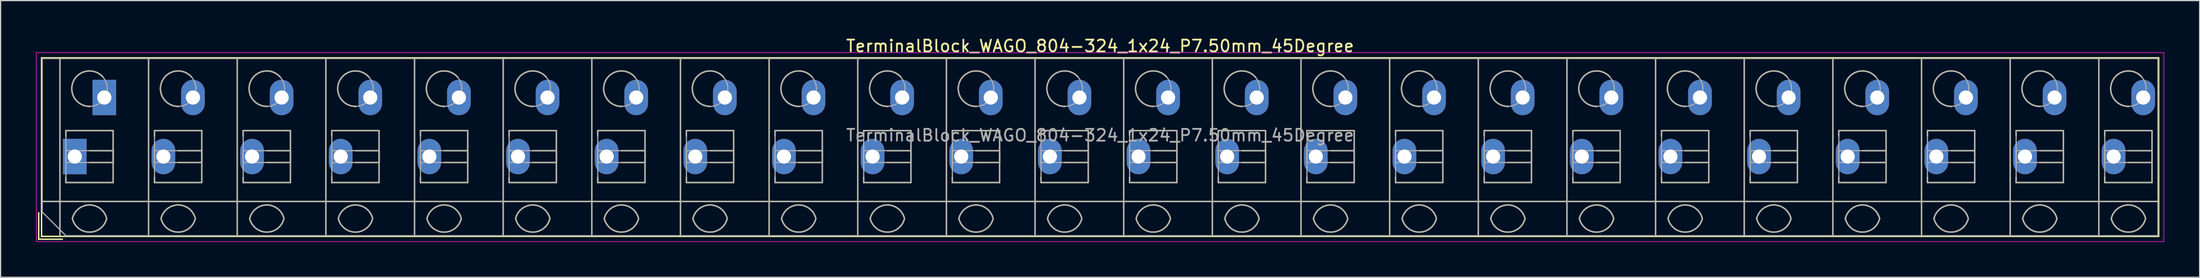
<source format=kicad_pcb>
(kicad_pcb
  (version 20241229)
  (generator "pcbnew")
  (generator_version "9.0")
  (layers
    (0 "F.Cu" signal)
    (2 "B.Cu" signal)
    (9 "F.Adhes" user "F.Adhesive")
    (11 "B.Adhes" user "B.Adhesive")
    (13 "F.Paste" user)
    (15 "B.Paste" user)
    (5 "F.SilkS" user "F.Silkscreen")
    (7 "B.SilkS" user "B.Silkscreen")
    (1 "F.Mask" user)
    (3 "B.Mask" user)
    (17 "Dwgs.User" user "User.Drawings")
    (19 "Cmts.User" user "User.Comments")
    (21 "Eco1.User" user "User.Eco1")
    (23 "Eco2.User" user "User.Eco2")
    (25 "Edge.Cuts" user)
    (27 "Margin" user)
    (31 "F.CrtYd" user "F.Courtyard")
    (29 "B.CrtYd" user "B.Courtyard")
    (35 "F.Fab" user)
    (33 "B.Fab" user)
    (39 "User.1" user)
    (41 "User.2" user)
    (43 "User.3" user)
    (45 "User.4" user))
  (footprint "TerminalBlock_WAGO_804-324_1x24_P7.50mm_45Degree"
    (layer "F.Cu")
    (at 3.275 10.208)
    (property "Reference" "TerminalBlock_WAGO_804-324_1x24_P7.50mm_45Degree" (at 86.75 -9.36 0) (layer "F.SilkS") (effects (font (size 1 1) (thickness 0.15))))
    (attr through_hole)
    (fp_line (start -3.05 4.76) (end -3.05 7) (stroke (width 0.12) (type solid)) (layer "F.SilkS"))
    (fp_line (start -3.05 7) (end -1.05 7) (stroke (width 0.12) (type solid)) (layer "F.SilkS"))
    (fp_line (start -2.81 -8.361) (end -2.81 6.76) (stroke (width 0.12) (type solid)) (layer "F.SilkS"))
    (fp_line (start -2.81 -8.361) (end 176.31 -8.361) (stroke (width 0.12) (type solid)) (layer "F.SilkS"))
    (fp_line (start -2.81 3.8) (end 176.31 3.8) (stroke (width 0.12) (type solid)) (layer "F.SilkS"))
    (fp_line (start -2.81 6.76) (end 176.31 6.76) (stroke (width 0.12) (type solid)) (layer "F.SilkS"))
    (fp_line (start -1.25 -8.361) (end -1.25 6.76) (stroke (width 0.12) (type solid)) (layer "F.SilkS"))
    (fp_line (start -0.75 -2.2) (end -0.75 -1.74) (stroke (width 0.12) (type solid)) (layer "F.SilkS"))
    (fp_line (start -0.75 -2.2) (end 3.25 -2.2) (stroke (width 0.12) (type solid)) (layer "F.SilkS"))
    (fp_line (start -0.75 1.74) (end -0.75 2.2) (stroke (width 0.12) (type solid)) (layer "F.SilkS"))
    (fp_line (start -0.75 2.2) (end 3.25 2.2) (stroke (width 0.12) (type solid)) (layer "F.SilkS"))
    (fp_line (start 1.24 -0.5) (end 3.25 -0.5) (stroke (width 0.12) (type solid)) (layer "F.SilkS"))
    (fp_line (start 1.24 0.5) (end 3.25 0.5) (stroke (width 0.12) (type solid)) (layer "F.SilkS"))
    (fp_line (start 3.25 -2.2) (end 3.25 2.2) (stroke (width 0.12) (type solid)) (layer "F.SilkS"))
    (fp_line (start 3.25 -0.5) (end 3.25 0.5) (stroke (width 0.12) (type solid)) (layer "F.SilkS"))
    (fp_line (start 6.25 -8.361) (end 6.25 6.76) (stroke (width 0.12) (type solid)) (layer "F.SilkS"))
    (fp_line (start 6.75 -2.2) (end 6.75 -1.74) (stroke (width 0.12) (type solid)) (layer "F.SilkS"))
    (fp_line (start 6.75 -2.2) (end 10.75 -2.2) (stroke (width 0.12) (type solid)) (layer "F.SilkS"))
    (fp_line (start 6.75 1.74) (end 6.75 2.2) (stroke (width 0.12) (type solid)) (layer "F.SilkS"))
    (fp_line (start 6.75 2.2) (end 10.75 2.2) (stroke (width 0.12) (type solid)) (layer "F.SilkS"))
    (fp_line (start 8.74 -0.5) (end 10.75 -0.5) (stroke (width 0.12) (type solid)) (layer "F.SilkS"))
    (fp_line (start 8.74 0.5) (end 10.75 0.5) (stroke (width 0.12) (type solid)) (layer "F.SilkS"))
    (fp_line (start 10.75 -2.2) (end 10.75 2.2) (stroke (width 0.12) (type solid)) (layer "F.SilkS"))
    (fp_line (start 10.75 -0.5) (end 10.75 0.5) (stroke (width 0.12) (type solid)) (layer "F.SilkS"))
    (fp_line (start 13.75 -8.361) (end 13.75 6.76) (stroke (width 0.12) (type solid)) (layer "F.SilkS"))
    (fp_line (start 14.25 -2.2) (end 14.25 -1.74) (stroke (width 0.12) (type solid)) (layer "F.SilkS"))
    (fp_line (start 14.25 -2.2) (end 18.25 -2.2) (stroke (width 0.12) (type solid)) (layer "F.SilkS"))
    (fp_line (start 14.25 1.74) (end 14.25 2.2) (stroke (width 0.12) (type solid)) (layer "F.SilkS"))
    (fp_line (start 14.25 2.2) (end 18.25 2.2) (stroke (width 0.12) (type solid)) (layer "F.SilkS"))
    (fp_line (start 16.24 -0.5) (end 18.25 -0.5) (stroke (width 0.12) (type solid)) (layer "F.SilkS"))
    (fp_line (start 16.24 0.5) (end 18.25 0.5) (stroke (width 0.12) (type solid)) (layer "F.SilkS"))
    (fp_line (start 18.25 -2.2) (end 18.25 2.2) (stroke (width 0.12) (type solid)) (layer "F.SilkS"))
    (fp_line (start 18.25 -0.5) (end 18.25 0.5) (stroke (width 0.12) (type solid)) (layer "F.SilkS"))
    (fp_line (start 21.25 -8.361) (end 21.25 6.76) (stroke (width 0.12) (type solid)) (layer "F.SilkS"))
    (fp_line (start 21.75 -2.2) (end 21.75 -1.74) (stroke (width 0.12) (type solid)) (layer "F.SilkS"))
    (fp_line (start 21.75 -2.2) (end 25.75 -2.2) (stroke (width 0.12) (type solid)) (layer "F.SilkS"))
    (fp_line (start 21.75 1.74) (end 21.75 2.2) (stroke (width 0.12) (type solid)) (layer "F.SilkS"))
    (fp_line (start 21.75 2.2) (end 25.75 2.2) (stroke (width 0.12) (type solid)) (layer "F.SilkS"))
    (fp_line (start 23.74 -0.5) (end 25.75 -0.5) (stroke (width 0.12) (type solid)) (layer "F.SilkS"))
    (fp_line (start 23.74 0.5) (end 25.75 0.5) (stroke (width 0.12) (type solid)) (layer "F.SilkS"))
    (fp_line (start 25.75 -2.2) (end 25.75 2.2) (stroke (width 0.12) (type solid)) (layer "F.SilkS"))
    (fp_line (start 25.75 -0.5) (end 25.75 0.5) (stroke (width 0.12) (type solid)) (layer "F.SilkS"))
    (fp_line (start 28.75 -8.361) (end 28.75 6.76) (stroke (width 0.12) (type solid)) (layer "F.SilkS"))
    (fp_line (start 29.25 -2.2) (end 29.25 -1.74) (stroke (width 0.12) (type solid)) (layer "F.SilkS"))
    (fp_line (start 29.25 -2.2) (end 33.25 -2.2) (stroke (width 0.12) (type solid)) (layer "F.SilkS"))
    (fp_line (start 29.25 1.74) (end 29.25 2.2) (stroke (width 0.12) (type solid)) (layer "F.SilkS"))
    (fp_line (start 29.25 2.2) (end 33.25 2.2) (stroke (width 0.12) (type solid)) (layer "F.SilkS"))
    (fp_line (start 31.24 -0.5) (end 33.25 -0.5) (stroke (width 0.12) (type solid)) (layer "F.SilkS"))
    (fp_line (start 31.24 0.5) (end 33.25 0.5) (stroke (width 0.12) (type solid)) (layer "F.SilkS"))
    (fp_line (start 33.25 -2.2) (end 33.25 2.2) (stroke (width 0.12) (type solid)) (layer "F.SilkS"))
    (fp_line (start 33.25 -0.5) (end 33.25 0.5) (stroke (width 0.12) (type solid)) (layer "F.SilkS"))
    (fp_line (start 36.25 -8.361) (end 36.25 6.76) (stroke (width 0.12) (type solid)) (layer "F.SilkS"))
    (fp_line (start 36.75 -2.2) (end 36.75 -1.74) (stroke (width 0.12) (type solid)) (layer "F.SilkS"))
    (fp_line (start 36.75 -2.2) (end 40.75 -2.2) (stroke (width 0.12) (type solid)) (layer "F.SilkS"))
    (fp_line (start 36.75 1.74) (end 36.75 2.2) (stroke (width 0.12) (type solid)) (layer "F.SilkS"))
    (fp_line (start 36.75 2.2) (end 40.75 2.2) (stroke (width 0.12) (type solid)) (layer "F.SilkS"))
    (fp_line (start 38.74 -0.5) (end 40.75 -0.5) (stroke (width 0.12) (type solid)) (layer "F.SilkS"))
    (fp_line (start 38.74 0.5) (end 40.75 0.5) (stroke (width 0.12) (type solid)) (layer "F.SilkS"))
    (fp_line (start 40.75 -2.2) (end 40.75 2.2) (stroke (width 0.12) (type solid)) (layer "F.SilkS"))
    (fp_line (start 40.75 -0.5) (end 40.75 0.5) (stroke (width 0.12) (type solid)) (layer "F.SilkS"))
    (fp_line (start 43.75 -8.361) (end 43.75 6.76) (stroke (width 0.12) (type solid)) (layer "F.SilkS"))
    (fp_line (start 44.25 -2.2) (end 44.25 -1.74) (stroke (width 0.12) (type solid)) (layer "F.SilkS"))
    (fp_line (start 44.25 -2.2) (end 48.25 -2.2) (stroke (width 0.12) (type solid)) (layer "F.SilkS"))
    (fp_line (start 44.25 1.74) (end 44.25 2.2) (stroke (width 0.12) (type solid)) (layer "F.SilkS"))
    (fp_line (start 44.25 2.2) (end 48.25 2.2) (stroke (width 0.12) (type solid)) (layer "F.SilkS"))
    (fp_line (start 46.24 -0.5) (end 48.25 -0.5) (stroke (width 0.12) (type solid)) (layer "F.SilkS"))
    (fp_line (start 46.24 0.5) (end 48.25 0.5) (stroke (width 0.12) (type solid)) (layer "F.SilkS"))
    (fp_line (start 48.25 -2.2) (end 48.25 2.2) (stroke (width 0.12) (type solid)) (layer "F.SilkS"))
    (fp_line (start 48.25 -0.5) (end 48.25 0.5) (stroke (width 0.12) (type solid)) (layer "F.SilkS"))
    (fp_line (start 51.25 -8.361) (end 51.25 6.76) (stroke (width 0.12) (type solid)) (layer "F.SilkS"))
    (fp_line (start 51.75 -2.2) (end 51.75 -1.74) (stroke (width 0.12) (type solid)) (layer "F.SilkS"))
    (fp_line (start 51.75 -2.2) (end 55.75 -2.2) (stroke (width 0.12) (type solid)) (layer "F.SilkS"))
    (fp_line (start 51.75 1.74) (end 51.75 2.2) (stroke (width 0.12) (type solid)) (layer "F.SilkS"))
    (fp_line (start 51.75 2.2) (end 55.75 2.2) (stroke (width 0.12) (type solid)) (layer "F.SilkS"))
    (fp_line (start 53.74 -0.5) (end 55.75 -0.5) (stroke (width 0.12) (type solid)) (layer "F.SilkS"))
    (fp_line (start 53.74 0.5) (end 55.75 0.5) (stroke (width 0.12) (type solid)) (layer "F.SilkS"))
    (fp_line (start 55.75 -2.2) (end 55.75 2.2) (stroke (width 0.12) (type solid)) (layer "F.SilkS"))
    (fp_line (start 55.75 -0.5) (end 55.75 0.5) (stroke (width 0.12) (type solid)) (layer "F.SilkS"))
    (fp_line (start 58.75 -8.361) (end 58.75 6.76) (stroke (width 0.12) (type solid)) (layer "F.SilkS"))
    (fp_line (start 59.25 -2.2) (end 59.25 -1.74) (stroke (width 0.12) (type solid)) (layer "F.SilkS"))
    (fp_line (start 59.25 -2.2) (end 63.25 -2.2) (stroke (width 0.12) (type solid)) (layer "F.SilkS"))
    (fp_line (start 59.25 1.74) (end 59.25 2.2) (stroke (width 0.12) (type solid)) (layer "F.SilkS"))
    (fp_line (start 59.25 2.2) (end 63.25 2.2) (stroke (width 0.12) (type solid)) (layer "F.SilkS"))
    (fp_line (start 61.24 -0.5) (end 63.25 -0.5) (stroke (width 0.12) (type solid)) (layer "F.SilkS"))
    (fp_line (start 61.24 0.5) (end 63.25 0.5) (stroke (width 0.12) (type solid)) (layer "F.SilkS"))
    (fp_line (start 63.25 -2.2) (end 63.25 2.2) (stroke (width 0.12) (type solid)) (layer "F.SilkS"))
    (fp_line (start 63.25 -0.5) (end 63.25 0.5) (stroke (width 0.12) (type solid)) (layer "F.SilkS"))
    (fp_line (start 66.25 -8.361) (end 66.25 6.76) (stroke (width 0.12) (type solid)) (layer "F.SilkS"))
    (fp_line (start 66.75 -2.2) (end 66.75 -1.74) (stroke (width 0.12) (type solid)) (layer "F.SilkS"))
    (fp_line (start 66.75 -2.2) (end 70.75 -2.2) (stroke (width 0.12) (type solid)) (layer "F.SilkS"))
    (fp_line (start 66.75 1.74) (end 66.75 2.2) (stroke (width 0.12) (type solid)) (layer "F.SilkS"))
    (fp_line (start 66.75 2.2) (end 70.75 2.2) (stroke (width 0.12) (type solid)) (layer "F.SilkS"))
    (fp_line (start 68.74 -0.5) (end 70.75 -0.5) (stroke (width 0.12) (type solid)) (layer "F.SilkS"))
    (fp_line (start 68.74 0.5) (end 70.75 0.5) (stroke (width 0.12) (type solid)) (layer "F.SilkS"))
    (fp_line (start 70.75 -2.2) (end 70.75 2.2) (stroke (width 0.12) (type solid)) (layer "F.SilkS"))
    (fp_line (start 70.75 -0.5) (end 70.75 0.5) (stroke (width 0.12) (type solid)) (layer "F.SilkS"))
    (fp_line (start 73.75 -8.361) (end 73.75 6.76) (stroke (width 0.12) (type solid)) (layer "F.SilkS"))
    (fp_line (start 74.25 -2.2) (end 74.25 -1.74) (stroke (width 0.12) (type solid)) (layer "F.SilkS"))
    (fp_line (start 74.25 -2.2) (end 78.25 -2.2) (stroke (width 0.12) (type solid)) (layer "F.SilkS"))
    (fp_line (start 74.25 1.74) (end 74.25 2.2) (stroke (width 0.12) (type solid)) (layer "F.SilkS"))
    (fp_line (start 74.25 2.2) (end 78.25 2.2) (stroke (width 0.12) (type solid)) (layer "F.SilkS"))
    (fp_line (start 76.24 -0.5) (end 78.25 -0.5) (stroke (width 0.12) (type solid)) (layer "F.SilkS"))
    (fp_line (start 76.24 0.5) (end 78.25 0.5) (stroke (width 0.12) (type solid)) (layer "F.SilkS"))
    (fp_line (start 78.25 -2.2) (end 78.25 2.2) (stroke (width 0.12) (type solid)) (layer "F.SilkS"))
    (fp_line (start 78.25 -0.5) (end 78.25 0.5) (stroke (width 0.12) (type solid)) (layer "F.SilkS"))
    (fp_line (start 81.25 -8.361) (end 81.25 6.76) (stroke (width 0.12) (type solid)) (layer "F.SilkS"))
    (fp_line (start 81.75 -2.2) (end 81.75 -1.74) (stroke (width 0.12) (type solid)) (layer "F.SilkS"))
    (fp_line (start 81.75 -2.2) (end 85.75 -2.2) (stroke (width 0.12) (type solid)) (layer "F.SilkS"))
    (fp_line (start 81.75 1.74) (end 81.75 2.2) (stroke (width 0.12) (type solid)) (layer "F.SilkS"))
    (fp_line (start 81.75 2.2) (end 85.75 2.2) (stroke (width 0.12) (type solid)) (layer "F.SilkS"))
    (fp_line (start 83.74 -0.5) (end 85.75 -0.5) (stroke (width 0.12) (type solid)) (layer "F.SilkS"))
    (fp_line (start 83.74 0.5) (end 85.75 0.5) (stroke (width 0.12) (type solid)) (layer "F.SilkS"))
    (fp_line (start 85.75 -2.2) (end 85.75 2.2) (stroke (width 0.12) (type solid)) (layer "F.SilkS"))
    (fp_line (start 85.75 -0.5) (end 85.75 0.5) (stroke (width 0.12) (type solid)) (layer "F.SilkS"))
    (fp_line (start 88.75 -8.361) (end 88.75 6.76) (stroke (width 0.12) (type solid)) (layer "F.SilkS"))
    (fp_line (start 89.25 -2.2) (end 89.25 -1.74) (stroke (width 0.12) (type solid)) (layer "F.SilkS"))
    (fp_line (start 89.25 -2.2) (end 93.25 -2.2) (stroke (width 0.12) (type solid)) (layer "F.SilkS"))
    (fp_line (start 89.25 1.74) (end 89.25 2.2) (stroke (width 0.12) (type solid)) (layer "F.SilkS"))
    (fp_line (start 89.25 2.2) (end 93.25 2.2) (stroke (width 0.12) (type solid)) (layer "F.SilkS"))
    (fp_line (start 91.24 -0.5) (end 93.25 -0.5) (stroke (width 0.12) (type solid)) (layer "F.SilkS"))
    (fp_line (start 91.24 0.5) (end 93.25 0.5) (stroke (width 0.12) (type solid)) (layer "F.SilkS"))
    (fp_line (start 93.25 -2.2) (end 93.25 2.2) (stroke (width 0.12) (type solid)) (layer "F.SilkS"))
    (fp_line (start 93.25 -0.5) (end 93.25 0.5) (stroke (width 0.12) (type solid)) (layer "F.SilkS"))
    (fp_line (start 96.25 -8.361) (end 96.25 6.76) (stroke (width 0.12) (type solid)) (layer "F.SilkS"))
    (fp_line (start 96.75 -2.2) (end 96.75 -1.74) (stroke (width 0.12) (type solid)) (layer "F.SilkS"))
    (fp_line (start 96.75 -2.2) (end 100.75 -2.2) (stroke (width 0.12) (type solid)) (layer "F.SilkS"))
    (fp_line (start 96.75 1.74) (end 96.75 2.2) (stroke (width 0.12) (type solid)) (layer "F.SilkS"))
    (fp_line (start 96.75 2.2) (end 100.75 2.2) (stroke (width 0.12) (type solid)) (layer "F.SilkS"))
    (fp_line (start 98.74 -0.5) (end 100.75 -0.5) (stroke (width 0.12) (type solid)) (layer "F.SilkS"))
    (fp_line (start 98.74 0.5) (end 100.75 0.5) (stroke (width 0.12) (type solid)) (layer "F.SilkS"))
    (fp_line (start 100.75 -2.2) (end 100.75 2.2) (stroke (width 0.12) (type solid)) (layer "F.SilkS"))
    (fp_line (start 100.75 -0.5) (end 100.75 0.5) (stroke (width 0.12) (type solid)) (layer "F.SilkS"))
    (fp_line (start 103.75 -8.361) (end 103.75 6.76) (stroke (width 0.12) (type solid)) (layer "F.SilkS"))
    (fp_line (start 104.25 -2.2) (end 104.25 -1.74) (stroke (width 0.12) (type solid)) (layer "F.SilkS"))
    (fp_line (start 104.25 -2.2) (end 108.25 -2.2) (stroke (width 0.12) (type solid)) (layer "F.SilkS"))
    (fp_line (start 104.25 1.74) (end 104.25 2.2) (stroke (width 0.12) (type solid)) (layer "F.SilkS"))
    (fp_line (start 104.25 2.2) (end 108.25 2.2) (stroke (width 0.12) (type solid)) (layer "F.SilkS"))
    (fp_line (start 106.24 -0.5) (end 108.25 -0.5) (stroke (width 0.12) (type solid)) (layer "F.SilkS"))
    (fp_line (start 106.24 0.5) (end 108.25 0.5) (stroke (width 0.12) (type solid)) (layer "F.SilkS"))
    (fp_line (start 108.25 -2.2) (end 108.25 2.2) (stroke (width 0.12) (type solid)) (layer "F.SilkS"))
    (fp_line (start 108.25 -0.5) (end 108.25 0.5) (stroke (width 0.12) (type solid)) (layer "F.SilkS"))
    (fp_line (start 111.25 -8.361) (end 111.25 6.76) (stroke (width 0.12) (type solid)) (layer "F.SilkS"))
    (fp_line (start 111.75 -2.2) (end 111.75 -1.74) (stroke (width 0.12) (type solid)) (layer "F.SilkS"))
    (fp_line (start 111.75 -2.2) (end 115.75 -2.2) (stroke (width 0.12) (type solid)) (layer "F.SilkS"))
    (fp_line (start 111.75 1.74) (end 111.75 2.2) (stroke (width 0.12) (type solid)) (layer "F.SilkS"))
    (fp_line (start 111.75 2.2) (end 115.75 2.2) (stroke (width 0.12) (type solid)) (layer "F.SilkS"))
    (fp_line (start 113.74 -0.5) (end 115.75 -0.5) (stroke (width 0.12) (type solid)) (layer "F.SilkS"))
    (fp_line (start 113.74 0.5) (end 115.75 0.5) (stroke (width 0.12) (type solid)) (layer "F.SilkS"))
    (fp_line (start 115.75 -2.2) (end 115.75 2.2) (stroke (width 0.12) (type solid)) (layer "F.SilkS"))
    (fp_line (start 115.75 -0.5) (end 115.75 0.5) (stroke (width 0.12) (type solid)) (layer "F.SilkS"))
    (fp_line (start 118.75 -8.361) (end 118.75 6.76) (stroke (width 0.12) (type solid)) (layer "F.SilkS"))
    (fp_line (start 119.25 -2.2) (end 119.25 -1.74) (stroke (width 0.12) (type solid)) (layer "F.SilkS"))
    (fp_line (start 119.25 -2.2) (end 123.25 -2.2) (stroke (width 0.12) (type solid)) (layer "F.SilkS"))
    (fp_line (start 119.25 1.74) (end 119.25 2.2) (stroke (width 0.12) (type solid)) (layer "F.SilkS"))
    (fp_line (start 119.25 2.2) (end 123.25 2.2) (stroke (width 0.12) (type solid)) (layer "F.SilkS"))
    (fp_line (start 121.24 -0.5) (end 123.25 -0.5) (stroke (width 0.12) (type solid)) (layer "F.SilkS"))
    (fp_line (start 121.24 0.5) (end 123.25 0.5) (stroke (width 0.12) (type solid)) (layer "F.SilkS"))
    (fp_line (start 123.25 -2.2) (end 123.25 2.2) (stroke (width 0.12) (type solid)) (layer "F.SilkS"))
    (fp_line (start 123.25 -0.5) (end 123.25 0.5) (stroke (width 0.12) (type solid)) (layer "F.SilkS"))
    (fp_line (start 126.25 -8.361) (end 126.25 6.76) (stroke (width 0.12) (type solid)) (layer "F.SilkS"))
    (fp_line (start 126.75 -2.2) (end 126.75 -1.74) (stroke (width 0.12) (type solid)) (layer "F.SilkS"))
    (fp_line (start 126.75 -2.2) (end 130.75 -2.2) (stroke (width 0.12) (type solid)) (layer "F.SilkS"))
    (fp_line (start 126.75 1.74) (end 126.75 2.2) (stroke (width 0.12) (type solid)) (layer "F.SilkS"))
    (fp_line (start 126.75 2.2) (end 130.75 2.2) (stroke (width 0.12) (type solid)) (layer "F.SilkS"))
    (fp_line (start 128.74 -0.5) (end 130.75 -0.5) (stroke (width 0.12) (type solid)) (layer "F.SilkS"))
    (fp_line (start 128.74 0.5) (end 130.75 0.5) (stroke (width 0.12) (type solid)) (layer "F.SilkS"))
    (fp_line (start 130.75 -2.2) (end 130.75 2.2) (stroke (width 0.12) (type solid)) (layer "F.SilkS"))
    (fp_line (start 130.75 -0.5) (end 130.75 0.5) (stroke (width 0.12) (type solid)) (layer "F.SilkS"))
    (fp_line (start 133.75 -8.361) (end 133.75 6.76) (stroke (width 0.12) (type solid)) (layer "F.SilkS"))
    (fp_line (start 134.25 -2.2) (end 134.25 -1.74) (stroke (width 0.12) (type solid)) (layer "F.SilkS"))
    (fp_line (start 134.25 -2.2) (end 138.25 -2.2) (stroke (width 0.12) (type solid)) (layer "F.SilkS"))
    (fp_line (start 134.25 1.74) (end 134.25 2.2) (stroke (width 0.12) (type solid)) (layer "F.SilkS"))
    (fp_line (start 134.25 2.2) (end 138.25 2.2) (stroke (width 0.12) (type solid)) (layer "F.SilkS"))
    (fp_line (start 136.24 -0.5) (end 138.25 -0.5) (stroke (width 0.12) (type solid)) (layer "F.SilkS"))
    (fp_line (start 136.24 0.5) (end 138.25 0.5) (stroke (width 0.12) (type solid)) (layer "F.SilkS"))
    (fp_line (start 138.25 -2.2) (end 138.25 2.2) (stroke (width 0.12) (type solid)) (layer "F.SilkS"))
    (fp_line (start 138.25 -0.5) (end 138.25 0.5) (stroke (width 0.12) (type solid)) (layer "F.SilkS"))
    (fp_line (start 141.25 -8.361) (end 141.25 6.76) (stroke (width 0.12) (type solid)) (layer "F.SilkS"))
    (fp_line (start 141.75 -2.2) (end 141.75 -1.74) (stroke (width 0.12) (type solid)) (layer "F.SilkS"))
    (fp_line (start 141.75 -2.2) (end 145.75 -2.2) (stroke (width 0.12) (type solid)) (layer "F.SilkS"))
    (fp_line (start 141.75 1.74) (end 141.75 2.2) (stroke (width 0.12) (type solid)) (layer "F.SilkS"))
    (fp_line (start 141.75 2.2) (end 145.75 2.2) (stroke (width 0.12) (type solid)) (layer "F.SilkS"))
    (fp_line (start 143.74 -0.5) (end 145.75 -0.5) (stroke (width 0.12) (type solid)) (layer "F.SilkS"))
    (fp_line (start 143.74 0.5) (end 145.75 0.5) (stroke (width 0.12) (type solid)) (layer "F.SilkS"))
    (fp_line (start 145.75 -2.2) (end 145.75 2.2) (stroke (width 0.12) (type solid)) (layer "F.SilkS"))
    (fp_line (start 145.75 -0.5) (end 145.75 0.5) (stroke (width 0.12) (type solid)) (layer "F.SilkS"))
    (fp_line (start 148.75 -8.361) (end 148.75 6.76) (stroke (width 0.12) (type solid)) (layer "F.SilkS"))
    (fp_line (start 149.25 -2.2) (end 149.25 -1.74) (stroke (width 0.12) (type solid)) (layer "F.SilkS"))
    (fp_line (start 149.25 -2.2) (end 153.25 -2.2) (stroke (width 0.12) (type solid)) (layer "F.SilkS"))
    (fp_line (start 149.25 1.74) (end 149.25 2.2) (stroke (width 0.12) (type solid)) (layer "F.SilkS"))
    (fp_line (start 149.25 2.2) (end 153.25 2.2) (stroke (width 0.12) (type solid)) (layer "F.SilkS"))
    (fp_line (start 151.24 -0.5) (end 153.25 -0.5) (stroke (width 0.12) (type solid)) (layer "F.SilkS"))
    (fp_line (start 151.24 0.5) (end 153.25 0.5) (stroke (width 0.12) (type solid)) (layer "F.SilkS"))
    (fp_line (start 153.25 -2.2) (end 153.25 2.2) (stroke (width 0.12) (type solid)) (layer "F.SilkS"))
    (fp_line (start 153.25 -0.5) (end 153.25 0.5) (stroke (width 0.12) (type solid)) (layer "F.SilkS"))
    (fp_line (start 156.25 -8.361) (end 156.25 6.76) (stroke (width 0.12) (type solid)) (layer "F.SilkS"))
    (fp_line (start 156.75 -2.2) (end 156.75 -1.74) (stroke (width 0.12) (type solid)) (layer "F.SilkS"))
    (fp_line (start 156.75 -2.2) (end 160.75 -2.2) (stroke (width 0.12) (type solid)) (layer "F.SilkS"))
    (fp_line (start 156.75 1.74) (end 156.75 2.2) (stroke (width 0.12) (type solid)) (layer "F.SilkS"))
    (fp_line (start 156.75 2.2) (end 160.75 2.2) (stroke (width 0.12) (type solid)) (layer "F.SilkS"))
    (fp_line (start 158.74 -0.5) (end 160.75 -0.5) (stroke (width 0.12) (type solid)) (layer "F.SilkS"))
    (fp_line (start 158.74 0.5) (end 160.75 0.5) (stroke (width 0.12) (type solid)) (layer "F.SilkS"))
    (fp_line (start 160.75 -2.2) (end 160.75 2.2) (stroke (width 0.12) (type solid)) (layer "F.SilkS"))
    (fp_line (start 160.75 -0.5) (end 160.75 0.5) (stroke (width 0.12) (type solid)) (layer "F.SilkS"))
    (fp_line (start 163.75 -8.361) (end 163.75 6.76) (stroke (width 0.12) (type solid)) (layer "F.SilkS"))
    (fp_line (start 164.25 -2.2) (end 164.25 -1.74) (stroke (width 0.12) (type solid)) (layer "F.SilkS"))
    (fp_line (start 164.25 -2.2) (end 168.25 -2.2) (stroke (width 0.12) (type solid)) (layer "F.SilkS"))
    (fp_line (start 164.25 1.74) (end 164.25 2.2) (stroke (width 0.12) (type solid)) (layer "F.SilkS"))
    (fp_line (start 164.25 2.2) (end 168.25 2.2) (stroke (width 0.12) (type solid)) (layer "F.SilkS"))
    (fp_line (start 166.24 -0.5) (end 168.25 -0.5) (stroke (width 0.12) (type solid)) (layer "F.SilkS"))
    (fp_line (start 166.24 0.5) (end 168.25 0.5) (stroke (width 0.12) (type solid)) (layer "F.SilkS"))
    (fp_line (start 168.25 -2.2) (end 168.25 2.2) (stroke (width 0.12) (type solid)) (layer "F.SilkS"))
    (fp_line (start 168.25 -0.5) (end 168.25 0.5) (stroke (width 0.12) (type solid)) (layer "F.SilkS"))
    (fp_line (start 171.25 -8.361) (end 171.25 6.76) (stroke (width 0.12) (type solid)) (layer "F.SilkS"))
    (fp_line (start 171.75 -2.2) (end 171.75 -1.74) (stroke (width 0.12) (type solid)) (layer "F.SilkS"))
    (fp_line (start 171.75 -2.2) (end 175.75 -2.2) (stroke (width 0.12) (type solid)) (layer "F.SilkS"))
    (fp_line (start 171.75 1.74) (end 171.75 2.2) (stroke (width 0.12) (type solid)) (layer "F.SilkS"))
    (fp_line (start 171.75 2.2) (end 175.75 2.2) (stroke (width 0.12) (type solid)) (layer "F.SilkS"))
    (fp_line (start 173.74 -0.5) (end 175.75 -0.5) (stroke (width 0.12) (type solid)) (layer "F.SilkS"))
    (fp_line (start 173.74 0.5) (end 175.75 0.5) (stroke (width 0.12) (type solid)) (layer "F.SilkS"))
    (fp_line (start 175.75 -2.2) (end 175.75 2.2) (stroke (width 0.12) (type solid)) (layer "F.SilkS"))
    (fp_line (start 175.75 -0.5) (end 175.75 0.5) (stroke (width 0.12) (type solid)) (layer "F.SilkS"))
    (fp_line (start 176.31 -8.361) (end 176.31 6.76) (stroke (width 0.12) (type solid)) (layer "F.SilkS"))
    (fp_arc (start -0.200865 5.250424) (mid 1.250296 4.099926) (end 2.701 5.251) (stroke (width 0.12) (type solid)) (layer "F.SilkS"))
    (fp_arc (start 1.276179 -4.250228) (mid 1.26309 -4.250057) (end 1.25 -4.25) (stroke (width 0.12) (type solid)) (layer "F.SilkS"))
    (fp_arc (start 1.276275 -4.248926) (mid -0.121539 -6.360568) (end 2.383 -6.735) (stroke (width 0.12) (type solid)) (layer "F.SilkS"))
    (fp_arc (start 2.7 5.25) (mid 1.250068 6.400101) (end -0.199969 5.250133) (stroke (width 0.12) (type solid)) (layer "F.SilkS"))
    (fp_arc (start 7.299135 5.250424) (mid 8.750296 4.099926) (end 10.201 5.251) (stroke (width 0.12) (type solid)) (layer "F.SilkS"))
    (fp_arc (start 8.776179 -4.250228) (mid 8.76309 -4.250057) (end 8.75 -4.25) (stroke (width 0.12) (type solid)) (layer "F.SilkS"))
    (fp_arc (start 8.776275 -4.248926) (mid 7.378461 -6.360568) (end 9.883 -6.735) (stroke (width 0.12) (type solid)) (layer "F.SilkS"))
    (fp_arc (start 10.2 5.25) (mid 8.750068 6.400101) (end 7.300031 5.250133) (stroke (width 0.12) (type solid)) (layer "F.SilkS"))
    (fp_arc (start 14.799135 5.250424) (mid 16.250296 4.099926) (end 17.701 5.251) (stroke (width 0.12) (type solid)) (layer "F.SilkS"))
    (fp_arc (start 16.276179 -4.250228) (mid 16.26309 -4.250057) (end 16.25 -4.25) (stroke (width 0.12) (type solid)) (layer "F.SilkS"))
    (fp_arc (start 16.276275 -4.248926) (mid 14.878461 -6.360568) (end 17.383 -6.735) (stroke (width 0.12) (type solid)) (layer "F.SilkS"))
    (fp_arc (start 17.7 5.25) (mid 16.250068 6.400101) (end 14.800031 5.250133) (stroke (width 0.12) (type solid)) (layer "F.SilkS"))
    (fp_arc (start 22.299135 5.250424) (mid 23.750296 4.099926) (end 25.201 5.251) (stroke (width 0.12) (type solid)) (layer "F.SilkS"))
    (fp_arc (start 23.776179 -4.250228) (mid 23.76309 -4.250057) (end 23.75 -4.25) (stroke (width 0.12) (type solid)) (layer "F.SilkS"))
    (fp_arc (start 23.776275 -4.248926) (mid 22.378461 -6.360568) (end 24.883 -6.735) (stroke (width 0.12) (type solid)) (layer "F.SilkS"))
    (fp_arc (start 25.2 5.25) (mid 23.750068 6.400101) (end 22.300031 5.250133) (stroke (width 0.12) (type solid)) (layer "F.SilkS"))
    (fp_arc (start 29.799135 5.250424) (mid 31.250296 4.099926) (end 32.701 5.251) (stroke (width 0.12) (type solid)) (layer "F.SilkS"))
    (fp_arc (start 31.276179 -4.250228) (mid 31.26309 -4.250057) (end 31.25 -4.25) (stroke (width 0.12) (type solid)) (layer "F.SilkS"))
    (fp_arc (start 31.276275 -4.248926) (mid 29.878461 -6.360568) (end 32.383 -6.735) (stroke (width 0.12) (type solid)) (layer "F.SilkS"))
    (fp_arc (start 32.701 5.25) (mid 31.250296 6.401074) (end 29.799135 5.250576) (stroke (width 0.12) (type solid)) (layer "F.SilkS"))
    (fp_arc (start 37.299135 5.250424) (mid 38.750296 4.099926) (end 40.201 5.251) (stroke (width 0.12) (type solid)) (layer "F.SilkS"))
    (fp_arc (start 38.776179 -4.250228) (mid 38.76309 -4.250057) (end 38.75 -4.25) (stroke (width 0.12) (type solid)) (layer "F.SilkS"))
    (fp_arc (start 38.776275 -4.248926) (mid 37.378461 -6.360568) (end 39.883 -6.735) (stroke (width 0.12) (type solid)) (layer "F.SilkS"))
    (fp_arc (start 40.2 5.25) (mid 38.750068 6.400101) (end 37.300031 5.250133) (stroke (width 0.12) (type solid)) (layer "F.SilkS"))
    (fp_arc (start 44.799135 5.250424) (mid 46.250296 4.099926) (end 47.701 5.251) (stroke (width 0.12) (type solid)) (layer "F.SilkS"))
    (fp_arc (start 46.276179 -4.250228) (mid 46.26309 -4.250057) (end 46.25 -4.25) (stroke (width 0.12) (type solid)) (layer "F.SilkS"))
    (fp_arc (start 46.276275 -4.248926) (mid 44.878461 -6.360568) (end 47.383 -6.735) (stroke (width 0.12) (type solid)) (layer "F.SilkS"))
    (fp_arc (start 47.7 5.25) (mid 46.250068 6.400101) (end 44.800031 5.250133) (stroke (width 0.12) (type solid)) (layer "F.SilkS"))
    (fp_arc (start 52.299135 5.250424) (mid 53.750296 4.099926) (end 55.201 5.251) (stroke (width 0.12) (type solid)) (layer "F.SilkS"))
    (fp_arc (start 53.776179 -4.250228) (mid 53.76309 -4.250057) (end 53.75 -4.25) (stroke (width 0.12) (type solid)) (layer "F.SilkS"))
    (fp_arc (start 53.776275 -4.248926) (mid 52.378461 -6.360568) (end 54.883 -6.735) (stroke (width 0.12) (type solid)) (layer "F.SilkS"))
    (fp_arc (start 55.2 5.25) (mid 53.750068 6.400101) (end 52.300031 5.250133) (stroke (width 0.12) (type solid)) (layer "F.SilkS"))
    (fp_arc (start 59.799135 5.250424) (mid 61.250296 4.099926) (end 62.701 5.251) (stroke (width 0.12) (type solid)) (layer "F.SilkS"))
    (fp_arc (start 61.276179 -4.250228) (mid 61.26309 -4.250057) (end 61.25 -4.25) (stroke (width 0.12) (type solid)) (layer "F.SilkS"))
    (fp_arc (start 61.276275 -4.248926) (mid 59.878461 -6.360568) (end 62.383 -6.735) (stroke (width 0.12) (type solid)) (layer "F.SilkS"))
    (fp_arc (start 62.7 5.25) (mid 61.250068 6.400101) (end 59.800031 5.250133) (stroke (width 0.12) (type solid)) (layer "F.SilkS"))
    (fp_arc (start 67.299135 5.250424) (mid 68.750296 4.099926) (end 70.201 5.251) (stroke (width 0.12) (type solid)) (layer "F.SilkS"))
    (fp_arc (start 68.776179 -4.250228) (mid 68.76309 -4.250057) (end 68.75 -4.25) (stroke (width 0.12) (type solid)) (layer "F.SilkS"))
    (fp_arc (start 68.776275 -4.248926) (mid 67.378461 -6.360568) (end 69.883 -6.735) (stroke (width 0.12) (type solid)) (layer "F.SilkS"))
    (fp_arc (start 70.2 5.25) (mid 68.750068 6.400101) (end 67.300031 5.250133) (stroke (width 0.12) (type solid)) (layer "F.SilkS"))
    (fp_arc (start 74.799135 5.250424) (mid 76.250296 4.099926) (end 77.701 5.251) (stroke (width 0.12) (type solid)) (layer "F.SilkS"))
    (fp_arc (start 76.276179 -4.250228) (mid 76.26309 -4.250057) (end 76.25 -4.25) (stroke (width 0.12) (type solid)) (layer "F.SilkS"))
    (fp_arc (start 76.276275 -4.248926) (mid 74.878461 -6.360568) (end 77.383 -6.735) (stroke (width 0.12) (type solid)) (layer "F.SilkS"))
    (fp_arc (start 77.7 5.25) (mid 76.250068 6.400101) (end 74.800031 5.250133) (stroke (width 0.12) (type solid)) (layer "F.SilkS"))
    (fp_arc (start 82.299135 5.250424) (mid 83.750296 4.099926) (end 85.201 5.251) (stroke (width 0.12) (type solid)) (layer "F.SilkS"))
    (fp_arc (start 83.776179 -4.250228) (mid 83.76309 -4.250057) (end 83.75 -4.25) (stroke (width 0.12) (type solid)) (layer "F.SilkS"))
    (fp_arc (start 83.776275 -4.248926) (mid 82.378461 -6.360568) (end 84.883 -6.735) (stroke (width 0.12) (type solid)) (layer "F.SilkS"))
    (fp_arc (start 85.2 5.25) (mid 83.750068 6.400101) (end 82.300031 5.250133) (stroke (width 0.12) (type solid)) (layer "F.SilkS"))
    (fp_arc (start 89.799135 5.250424) (mid 91.250296 4.099926) (end 92.701 5.251) (stroke (width 0.12) (type solid)) (layer "F.SilkS"))
    (fp_arc (start 91.276179 -4.250228) (mid 91.26309 -4.250057) (end 91.25 -4.25) (stroke (width 0.12) (type solid)) (layer "F.SilkS"))
    (fp_arc (start 91.276275 -4.248926) (mid 89.878461 -6.360568) (end 92.383 -6.735) (stroke (width 0.12) (type solid)) (layer "F.SilkS"))
    (fp_arc (start 92.7 5.25) (mid 91.250068 6.400101) (end 89.800031 5.250133) (stroke (width 0.12) (type solid)) (layer "F.SilkS"))
    (fp_arc (start 97.299135 5.250424) (mid 98.750296 4.099926) (end 100.201 5.251) (stroke (width 0.12) (type solid)) (layer "F.SilkS"))
    (fp_arc (start 98.776179 -4.250228) (mid 98.76309 -4.250057) (end 98.75 -4.25) (stroke (width 0.12) (type solid)) (layer "F.SilkS"))
    (fp_arc (start 98.776275 -4.248926) (mid 97.378461 -6.360568) (end 99.883 -6.735) (stroke (width 0.12) (type solid)) (layer "F.SilkS"))
    (fp_arc (start 100.2 5.25) (mid 98.750068 6.400101) (end 97.300031 5.250133) (stroke (width 0.12) (type solid)) (layer "F.SilkS"))
    (fp_arc (start 104.799135 5.250424) (mid 106.250296 4.099926) (end 107.701 5.251) (stroke (width 0.12) (type solid)) (layer "F.SilkS"))
    (fp_arc (start 106.276179 -4.250228) (mid 106.26309 -4.250057) (end 106.25 -4.25) (stroke (width 0.12) (type solid)) (layer "F.SilkS"))
    (fp_arc (start 106.276275 -4.248926) (mid 104.878461 -6.360568) (end 107.383 -6.735) (stroke (width 0.12) (type solid)) (layer "F.SilkS"))
    (fp_arc (start 107.7 5.25) (mid 106.250068 6.400101) (end 104.800031 5.250133) (stroke (width 0.12) (type solid)) (layer "F.SilkS"))
    (fp_arc (start 112.299135 5.250424) (mid 113.750296 4.099926) (end 115.201 5.251) (stroke (width 0.12) (type solid)) (layer "F.SilkS"))
    (fp_arc (start 113.776179 -4.250228) (mid 113.76309 -4.250057) (end 113.75 -4.25) (stroke (width 0.12) (type solid)) (layer "F.SilkS"))
    (fp_arc (start 113.776275 -4.248926) (mid 112.378461 -6.360568) (end 114.883 -6.735) (stroke (width 0.12) (type solid)) (layer "F.SilkS"))
    (fp_arc (start 115.2 5.25) (mid 113.750068 6.400101) (end 112.300031 5.250133) (stroke (width 0.12) (type solid)) (layer "F.SilkS"))
    (fp_arc (start 119.799135 5.250424) (mid 121.250296 4.099926) (end 122.701 5.251) (stroke (width 0.12) (type solid)) (layer "F.SilkS"))
    (fp_arc (start 121.276179 -4.250228) (mid 121.26309 -4.250057) (end 121.25 -4.25) (stroke (width 0.12) (type solid)) (layer "F.SilkS"))
    (fp_arc (start 121.276275 -4.248926) (mid 119.878461 -6.360568) (end 122.383 -6.735) (stroke (width 0.12) (type solid)) (layer "F.SilkS"))
    (fp_arc (start 122.7 5.25) (mid 121.250068 6.400101) (end 119.800031 5.250133) (stroke (width 0.12) (type solid)) (layer "F.SilkS"))
    (fp_arc (start 127.299135 5.250424) (mid 128.750296 4.099926) (end 130.201 5.251) (stroke (width 0.12) (type solid)) (layer "F.SilkS"))
    (fp_arc (start 128.776179 -4.250228) (mid 128.76309 -4.250057) (end 128.75 -4.25) (stroke (width 0.12) (type solid)) (layer "F.SilkS"))
    (fp_arc (start 128.776275 -4.248926) (mid 127.378461 -6.360568) (end 129.883 -6.735) (stroke (width 0.12) (type solid)) (layer "F.SilkS"))
    (fp_arc (start 130.2 5.25) (mid 128.750068 6.400101) (end 127.300031 5.250133) (stroke (width 0.12) (type solid)) (layer "F.SilkS"))
    (fp_arc (start 134.799135 5.250424) (mid 136.250296 4.099926) (end 137.701 5.251) (stroke (width 0.12) (type solid)) (layer "F.SilkS"))
    (fp_arc (start 136.276179 -4.250228) (mid 136.26309 -4.250057) (end 136.25 -4.25) (stroke (width 0.12) (type solid)) (layer "F.SilkS"))
    (fp_arc (start 136.276275 -4.248926) (mid 134.878461 -6.360568) (end 137.383 -6.735) (stroke (width 0.12) (type solid)) (layer "F.SilkS"))
    (fp_arc (start 137.7 5.25) (mid 136.250068 6.400101) (end 134.800031 5.250133) (stroke (width 0.12) (type solid)) (layer "F.SilkS"))
    (fp_arc (start 142.299135 5.250424) (mid 143.750296 4.099926) (end 145.201 5.251) (stroke (width 0.12) (type solid)) (layer "F.SilkS"))
    (fp_arc (start 143.776179 -4.250228) (mid 143.76309 -4.250057) (end 143.75 -4.25) (stroke (width 0.12) (type solid)) (layer "F.SilkS"))
    (fp_arc (start 143.776275 -4.248926) (mid 142.378461 -6.360568) (end 144.883 -6.735) (stroke (width 0.12) (type solid)) (layer "F.SilkS"))
    (fp_arc (start 145.2 5.25) (mid 143.750068 6.400101) (end 142.300031 5.250133) (stroke (width 0.12) (type solid)) (layer "F.SilkS"))
    (fp_arc (start 149.799135 5.250424) (mid 151.250296 4.099926) (end 152.701 5.251) (stroke (width 0.12) (type solid)) (layer "F.SilkS"))
    (fp_arc (start 151.276179 -4.250228) (mid 151.26309 -4.250057) (end 151.25 -4.25) (stroke (width 0.12) (type solid)) (layer "F.SilkS"))
    (fp_arc (start 151.276275 -4.248926) (mid 149.878461 -6.360568) (end 152.383 -6.735) (stroke (width 0.12) (type solid)) (layer "F.SilkS"))
    (fp_arc (start 152.7 5.25) (mid 151.250068 6.400101) (end 149.800031 5.250133) (stroke (width 0.12) (type solid)) (layer "F.SilkS"))
    (fp_arc (start 157.299135 5.250424) (mid 158.750296 4.099926) (end 160.201 5.251) (stroke (width 0.12) (type solid)) (layer "F.SilkS"))
    (fp_arc (start 158.776179 -4.250228) (mid 158.76309 -4.250057) (end 158.75 -4.25) (stroke (width 0.12) (type solid)) (layer "F.SilkS"))
    (fp_arc (start 158.776275 -4.248926) (mid 157.378461 -6.360568) (end 159.883 -6.735) (stroke (width 0.12) (type solid)) (layer "F.SilkS"))
    (fp_arc (start 160.2 5.25) (mid 158.750068 6.400101) (end 157.300031 5.250133) (stroke (width 0.12) (type solid)) (layer "F.SilkS"))
    (fp_arc (start 164.799135 5.250424) (mid 166.250296 4.099926) (end 167.701 5.251) (stroke (width 0.12) (type solid)) (layer "F.SilkS"))
    (fp_arc (start 166.276179 -4.250228) (mid 166.26309 -4.250057) (end 166.25 -4.25) (stroke (width 0.12) (type solid)) (layer "F.SilkS"))
    (fp_arc (start 166.276275 -4.248926) (mid 164.878461 -6.360568) (end 167.383 -6.735) (stroke (width 0.12) (type solid)) (layer "F.SilkS"))
    (fp_arc (start 167.7 5.25) (mid 166.250068 6.400101) (end 164.800031 5.250133) (stroke (width 0.12) (type solid)) (layer "F.SilkS"))
    (fp_arc (start 172.299135 5.250424) (mid 173.750296 4.099926) (end 175.201 5.251) (stroke (width 0.12) (type solid)) (layer "F.SilkS"))
    (fp_arc (start 173.776179 -4.250228) (mid 173.76309 -4.250057) (end 173.75 -4.25) (stroke (width 0.12) (type solid)) (layer "F.SilkS"))
    (fp_arc (start 173.776275 -4.248926) (mid 172.378461 -6.360568) (end 174.883 -6.735) (stroke (width 0.12) (type solid)) (layer "F.SilkS"))
    (fp_arc (start 175.2 5.25) (mid 173.750068 6.400101) (end 172.300031 5.250133) (stroke (width 0.12) (type solid)) (layer "F.SilkS"))
    (fp_line (start -3.25 -8.8) (end -3.25 7.2) (stroke (width 0.05) (type solid)) (layer "F.CrtYd"))
    (fp_line (start -3.25 7.2) (end 176.75 7.2) (stroke (width 0.05) (type solid)) (layer "F.CrtYd"))
    (fp_line (start 176.75 -8.8) (end -3.25 -8.8) (stroke (width 0.05) (type solid)) (layer "F.CrtYd"))
    (fp_line (start 176.75 7.2) (end 176.75 -8.8) (stroke (width 0.05) (type solid)) (layer "F.CrtYd"))
    (fp_line (start -2.75 -8.3) (end 176.25 -8.3) (stroke (width 0.1) (type solid)) (layer "F.Fab"))
    (fp_line (start -2.75 3.8) (end 176.25 3.8) (stroke (width 0.1) (type solid)) (layer "F.Fab"))
    (fp_line (start -2.75 4.7) (end -2.75 -8.3) (stroke (width 0.1) (type solid)) (layer "F.Fab"))
    (fp_line (start -1.25 -8.3) (end -1.25 6.7) (stroke (width 0.1) (type solid)) (layer "F.Fab"))
    (fp_line (start -0.75 -2.2) (end -0.75 2.2) (stroke (width 0.1) (type solid)) (layer "F.Fab"))
    (fp_line (start -0.75 -0.5) (end -0.75 0.5) (stroke (width 0.1) (type solid)) (layer "F.Fab"))
    (fp_line (start -0.75 0.5) (end 3.25 0.5) (stroke (width 0.1) (type solid)) (layer "F.Fab"))
    (fp_line (start -0.75 2.2) (end 3.25 2.2) (stroke (width 0.1) (type solid)) (layer "F.Fab"))
    (fp_line (start -0.75 6.7) (end -2.75 4.7) (stroke (width 0.1) (type solid)) (layer "F.Fab"))
    (fp_line (start 3.25 -2.2) (end -0.75 -2.2) (stroke (width 0.1) (type solid)) (layer "F.Fab"))
    (fp_line (start 3.25 -0.5) (end -0.75 -0.5) (stroke (width 0.1) (type solid)) (layer "F.Fab"))
    (fp_line (start 3.25 0.5) (end 3.25 -0.5) (stroke (width 0.1) (type solid)) (layer "F.Fab"))
    (fp_line (start 3.25 2.2) (end 3.25 -2.2) (stroke (width 0.1) (type solid)) (layer "F.Fab"))
    (fp_line (start 6.25 -8.3) (end 6.25 6.7) (stroke (width 0.1) (type solid)) (layer "F.Fab"))
    (fp_line (start 6.75 -2.2) (end 6.75 2.2) (stroke (width 0.1) (type solid)) (layer "F.Fab"))
    (fp_line (start 6.75 -0.5) (end 6.75 0.5) (stroke (width 0.1) (type solid)) (layer "F.Fab"))
    (fp_line (start 6.75 0.5) (end 10.75 0.5) (stroke (width 0.1) (type solid)) (layer "F.Fab"))
    (fp_line (start 6.75 2.2) (end 10.75 2.2) (stroke (width 0.1) (type solid)) (layer "F.Fab"))
    (fp_line (start 10.75 -2.2) (end 6.75 -2.2) (stroke (width 0.1) (type solid)) (layer "F.Fab"))
    (fp_line (start 10.75 -0.5) (end 6.75 -0.5) (stroke (width 0.1) (type solid)) (layer "F.Fab"))
    (fp_line (start 10.75 0.5) (end 10.75 -0.5) (stroke (width 0.1) (type solid)) (layer "F.Fab"))
    (fp_line (start 10.75 2.2) (end 10.75 -2.2) (stroke (width 0.1) (type solid)) (layer "F.Fab"))
    (fp_line (start 13.75 -8.3) (end 13.75 6.7) (stroke (width 0.1) (type solid)) (layer "F.Fab"))
    (fp_line (start 14.25 -2.2) (end 14.25 2.2) (stroke (width 0.1) (type solid)) (layer "F.Fab"))
    (fp_line (start 14.25 -0.5) (end 14.25 0.5) (stroke (width 0.1) (type solid)) (layer "F.Fab"))
    (fp_line (start 14.25 0.5) (end 18.25 0.5) (stroke (width 0.1) (type solid)) (layer "F.Fab"))
    (fp_line (start 14.25 2.2) (end 18.25 2.2) (stroke (width 0.1) (type solid)) (layer "F.Fab"))
    (fp_line (start 18.25 -2.2) (end 14.25 -2.2) (stroke (width 0.1) (type solid)) (layer "F.Fab"))
    (fp_line (start 18.25 -0.5) (end 14.25 -0.5) (stroke (width 0.1) (type solid)) (layer "F.Fab"))
    (fp_line (start 18.25 0.5) (end 18.25 -0.5) (stroke (width 0.1) (type solid)) (layer "F.Fab"))
    (fp_line (start 18.25 2.2) (end 18.25 -2.2) (stroke (width 0.1) (type solid)) (layer "F.Fab"))
    (fp_line (start 21.25 -8.3) (end 21.25 6.7) (stroke (width 0.1) (type solid)) (layer "F.Fab"))
    (fp_line (start 21.75 -2.2) (end 21.75 2.2) (stroke (width 0.1) (type solid)) (layer "F.Fab"))
    (fp_line (start 21.75 -0.5) (end 21.75 0.5) (stroke (width 0.1) (type solid)) (layer "F.Fab"))
    (fp_line (start 21.75 0.5) (end 25.75 0.5) (stroke (width 0.1) (type solid)) (layer "F.Fab"))
    (fp_line (start 21.75 2.2) (end 25.75 2.2) (stroke (width 0.1) (type solid)) (layer "F.Fab"))
    (fp_line (start 25.75 -2.2) (end 21.75 -2.2) (stroke (width 0.1) (type solid)) (layer "F.Fab"))
    (fp_line (start 25.75 -0.5) (end 21.75 -0.5) (stroke (width 0.1) (type solid)) (layer "F.Fab"))
    (fp_line (start 25.75 0.5) (end 25.75 -0.5) (stroke (width 0.1) (type solid)) (layer "F.Fab"))
    (fp_line (start 25.75 2.2) (end 25.75 -2.2) (stroke (width 0.1) (type solid)) (layer "F.Fab"))
    (fp_line (start 28.75 -8.3) (end 28.75 6.7) (stroke (width 0.1) (type solid)) (layer "F.Fab"))
    (fp_line (start 29.25 -2.2) (end 29.25 2.2) (stroke (width 0.1) (type solid)) (layer "F.Fab"))
    (fp_line (start 29.25 -0.5) (end 29.25 0.5) (stroke (width 0.1) (type solid)) (layer "F.Fab"))
    (fp_line (start 29.25 0.5) (end 33.25 0.5) (stroke (width 0.1) (type solid)) (layer "F.Fab"))
    (fp_line (start 29.25 2.2) (end 33.25 2.2) (stroke (width 0.1) (type solid)) (layer "F.Fab"))
    (fp_line (start 33.25 -2.2) (end 29.25 -2.2) (stroke (width 0.1) (type solid)) (layer "F.Fab"))
    (fp_line (start 33.25 -0.5) (end 29.25 -0.5) (stroke (width 0.1) (type solid)) (layer "F.Fab"))
    (fp_line (start 33.25 0.5) (end 33.25 -0.5) (stroke (width 0.1) (type solid)) (layer "F.Fab"))
    (fp_line (start 33.25 2.2) (end 33.25 -2.2) (stroke (width 0.1) (type solid)) (layer "F.Fab"))
    (fp_line (start 36.25 -8.3) (end 36.25 6.7) (stroke (width 0.1) (type solid)) (layer "F.Fab"))
    (fp_line (start 36.75 -2.2) (end 36.75 2.2) (stroke (width 0.1) (type solid)) (layer "F.Fab"))
    (fp_line (start 36.75 -0.5) (end 36.75 0.5) (stroke (width 0.1) (type solid)) (layer "F.Fab"))
    (fp_line (start 36.75 0.5) (end 40.75 0.5) (stroke (width 0.1) (type solid)) (layer "F.Fab"))
    (fp_line (start 36.75 2.2) (end 40.75 2.2) (stroke (width 0.1) (type solid)) (layer "F.Fab"))
    (fp_line (start 40.75 -2.2) (end 36.75 -2.2) (stroke (width 0.1) (type solid)) (layer "F.Fab"))
    (fp_line (start 40.75 -0.5) (end 36.75 -0.5) (stroke (width 0.1) (type solid)) (layer "F.Fab"))
    (fp_line (start 40.75 0.5) (end 40.75 -0.5) (stroke (width 0.1) (type solid)) (layer "F.Fab"))
    (fp_line (start 40.75 2.2) (end 40.75 -2.2) (stroke (width 0.1) (type solid)) (layer "F.Fab"))
    (fp_line (start 43.75 -8.3) (end 43.75 6.7) (stroke (width 0.1) (type solid)) (layer "F.Fab"))
    (fp_line (start 44.25 -2.2) (end 44.25 2.2) (stroke (width 0.1) (type solid)) (layer "F.Fab"))
    (fp_line (start 44.25 -0.5) (end 44.25 0.5) (stroke (width 0.1) (type solid)) (layer "F.Fab"))
    (fp_line (start 44.25 0.5) (end 48.25 0.5) (stroke (width 0.1) (type solid)) (layer "F.Fab"))
    (fp_line (start 44.25 2.2) (end 48.25 2.2) (stroke (width 0.1) (type solid)) (layer "F.Fab"))
    (fp_line (start 48.25 -2.2) (end 44.25 -2.2) (stroke (width 0.1) (type solid)) (layer "F.Fab"))
    (fp_line (start 48.25 -0.5) (end 44.25 -0.5) (stroke (width 0.1) (type solid)) (layer "F.Fab"))
    (fp_line (start 48.25 0.5) (end 48.25 -0.5) (stroke (width 0.1) (type solid)) (layer "F.Fab"))
    (fp_line (start 48.25 2.2) (end 48.25 -2.2) (stroke (width 0.1) (type solid)) (layer "F.Fab"))
    (fp_line (start 51.25 -8.3) (end 51.25 6.7) (stroke (width 0.1) (type solid)) (layer "F.Fab"))
    (fp_line (start 51.75 -2.2) (end 51.75 2.2) (stroke (width 0.1) (type solid)) (layer "F.Fab"))
    (fp_line (start 51.75 -0.5) (end 51.75 0.5) (stroke (width 0.1) (type solid)) (layer "F.Fab"))
    (fp_line (start 51.75 0.5) (end 55.75 0.5) (stroke (width 0.1) (type solid)) (layer "F.Fab"))
    (fp_line (start 51.75 2.2) (end 55.75 2.2) (stroke (width 0.1) (type solid)) (layer "F.Fab"))
    (fp_line (start 55.75 -2.2) (end 51.75 -2.2) (stroke (width 0.1) (type solid)) (layer "F.Fab"))
    (fp_line (start 55.75 -0.5) (end 51.75 -0.5) (stroke (width 0.1) (type solid)) (layer "F.Fab"))
    (fp_line (start 55.75 0.5) (end 55.75 -0.5) (stroke (width 0.1) (type solid)) (layer "F.Fab"))
    (fp_line (start 55.75 2.2) (end 55.75 -2.2) (stroke (width 0.1) (type solid)) (layer "F.Fab"))
    (fp_line (start 58.75 -8.3) (end 58.75 6.7) (stroke (width 0.1) (type solid)) (layer "F.Fab"))
    (fp_line (start 59.25 -2.2) (end 59.25 2.2) (stroke (width 0.1) (type solid)) (layer "F.Fab"))
    (fp_line (start 59.25 -0.5) (end 59.25 0.5) (stroke (width 0.1) (type solid)) (layer "F.Fab"))
    (fp_line (start 59.25 0.5) (end 63.25 0.5) (stroke (width 0.1) (type solid)) (layer "F.Fab"))
    (fp_line (start 59.25 2.2) (end 63.25 2.2) (stroke (width 0.1) (type solid)) (layer "F.Fab"))
    (fp_line (start 63.25 -2.2) (end 59.25 -2.2) (stroke (width 0.1) (type solid)) (layer "F.Fab"))
    (fp_line (start 63.25 -0.5) (end 59.25 -0.5) (stroke (width 0.1) (type solid)) (layer "F.Fab"))
    (fp_line (start 63.25 0.5) (end 63.25 -0.5) (stroke (width 0.1) (type solid)) (layer "F.Fab"))
    (fp_line (start 63.25 2.2) (end 63.25 -2.2) (stroke (width 0.1) (type solid)) (layer "F.Fab"))
    (fp_line (start 66.25 -8.3) (end 66.25 6.7) (stroke (width 0.1) (type solid)) (layer "F.Fab"))
    (fp_line (start 66.75 -2.2) (end 66.75 2.2) (stroke (width 0.1) (type solid)) (layer "F.Fab"))
    (fp_line (start 66.75 -0.5) (end 66.75 0.5) (stroke (width 0.1) (type solid)) (layer "F.Fab"))
    (fp_line (start 66.75 0.5) (end 70.75 0.5) (stroke (width 0.1) (type solid)) (layer "F.Fab"))
    (fp_line (start 66.75 2.2) (end 70.75 2.2) (stroke (width 0.1) (type solid)) (layer "F.Fab"))
    (fp_line (start 70.75 -2.2) (end 66.75 -2.2) (stroke (width 0.1) (type solid)) (layer "F.Fab"))
    (fp_line (start 70.75 -0.5) (end 66.75 -0.5) (stroke (width 0.1) (type solid)) (layer "F.Fab"))
    (fp_line (start 70.75 0.5) (end 70.75 -0.5) (stroke (width 0.1) (type solid)) (layer "F.Fab"))
    (fp_line (start 70.75 2.2) (end 70.75 -2.2) (stroke (width 0.1) (type solid)) (layer "F.Fab"))
    (fp_line (start 73.75 -8.3) (end 73.75 6.7) (stroke (width 0.1) (type solid)) (layer "F.Fab"))
    (fp_line (start 74.25 -2.2) (end 74.25 2.2) (stroke (width 0.1) (type solid)) (layer "F.Fab"))
    (fp_line (start 74.25 -0.5) (end 74.25 0.5) (stroke (width 0.1) (type solid)) (layer "F.Fab"))
    (fp_line (start 74.25 0.5) (end 78.25 0.5) (stroke (width 0.1) (type solid)) (layer "F.Fab"))
    (fp_line (start 74.25 2.2) (end 78.25 2.2) (stroke (width 0.1) (type solid)) (layer "F.Fab"))
    (fp_line (start 78.25 -2.2) (end 74.25 -2.2) (stroke (width 0.1) (type solid)) (layer "F.Fab"))
    (fp_line (start 78.25 -0.5) (end 74.25 -0.5) (stroke (width 0.1) (type solid)) (layer "F.Fab"))
    (fp_line (start 78.25 0.5) (end 78.25 -0.5) (stroke (width 0.1) (type solid)) (layer "F.Fab"))
    (fp_line (start 78.25 2.2) (end 78.25 -2.2) (stroke (width 0.1) (type solid)) (layer "F.Fab"))
    (fp_line (start 81.25 -8.3) (end 81.25 6.7) (stroke (width 0.1) (type solid)) (layer "F.Fab"))
    (fp_line (start 81.75 -2.2) (end 81.75 2.2) (stroke (width 0.1) (type solid)) (layer "F.Fab"))
    (fp_line (start 81.75 -0.5) (end 81.75 0.5) (stroke (width 0.1) (type solid)) (layer "F.Fab"))
    (fp_line (start 81.75 0.5) (end 85.75 0.5) (stroke (width 0.1) (type solid)) (layer "F.Fab"))
    (fp_line (start 81.75 2.2) (end 85.75 2.2) (stroke (width 0.1) (type solid)) (layer "F.Fab"))
    (fp_line (start 85.75 -2.2) (end 81.75 -2.2) (stroke (width 0.1) (type solid)) (layer "F.Fab"))
    (fp_line (start 85.75 -0.5) (end 81.75 -0.5) (stroke (width 0.1) (type solid)) (layer "F.Fab"))
    (fp_line (start 85.75 0.5) (end 85.75 -0.5) (stroke (width 0.1) (type solid)) (layer "F.Fab"))
    (fp_line (start 85.75 2.2) (end 85.75 -2.2) (stroke (width 0.1) (type solid)) (layer "F.Fab"))
    (fp_line (start 88.75 -8.3) (end 88.75 6.7) (stroke (width 0.1) (type solid)) (layer "F.Fab"))
    (fp_line (start 89.25 -2.2) (end 89.25 2.2) (stroke (width 0.1) (type solid)) (layer "F.Fab"))
    (fp_line (start 89.25 -0.5) (end 89.25 0.5) (stroke (width 0.1) (type solid)) (layer "F.Fab"))
    (fp_line (start 89.25 0.5) (end 93.25 0.5) (stroke (width 0.1) (type solid)) (layer "F.Fab"))
    (fp_line (start 89.25 2.2) (end 93.25 2.2) (stroke (width 0.1) (type solid)) (layer "F.Fab"))
    (fp_line (start 93.25 -2.2) (end 89.25 -2.2) (stroke (width 0.1) (type solid)) (layer "F.Fab"))
    (fp_line (start 93.25 -0.5) (end 89.25 -0.5) (stroke (width 0.1) (type solid)) (layer "F.Fab"))
    (fp_line (start 93.25 0.5) (end 93.25 -0.5) (stroke (width 0.1) (type solid)) (layer "F.Fab"))
    (fp_line (start 93.25 2.2) (end 93.25 -2.2) (stroke (width 0.1) (type solid)) (layer "F.Fab"))
    (fp_line (start 96.25 -8.3) (end 96.25 6.7) (stroke (width 0.1) (type solid)) (layer "F.Fab"))
    (fp_line (start 96.75 -2.2) (end 96.75 2.2) (stroke (width 0.1) (type solid)) (layer "F.Fab"))
    (fp_line (start 96.75 -0.5) (end 96.75 0.5) (stroke (width 0.1) (type solid)) (layer "F.Fab"))
    (fp_line (start 96.75 0.5) (end 100.75 0.5) (stroke (width 0.1) (type solid)) (layer "F.Fab"))
    (fp_line (start 96.75 2.2) (end 100.75 2.2) (stroke (width 0.1) (type solid)) (layer "F.Fab"))
    (fp_line (start 100.75 -2.2) (end 96.75 -2.2) (stroke (width 0.1) (type solid)) (layer "F.Fab"))
    (fp_line (start 100.75 -0.5) (end 96.75 -0.5) (stroke (width 0.1) (type solid)) (layer "F.Fab"))
    (fp_line (start 100.75 0.5) (end 100.75 -0.5) (stroke (width 0.1) (type solid)) (layer "F.Fab"))
    (fp_line (start 100.75 2.2) (end 100.75 -2.2) (stroke (width 0.1) (type solid)) (layer "F.Fab"))
    (fp_line (start 103.75 -8.3) (end 103.75 6.7) (stroke (width 0.1) (type solid)) (layer "F.Fab"))
    (fp_line (start 104.25 -2.2) (end 104.25 2.2) (stroke (width 0.1) (type solid)) (layer "F.Fab"))
    (fp_line (start 104.25 -0.5) (end 104.25 0.5) (stroke (width 0.1) (type solid)) (layer "F.Fab"))
    (fp_line (start 104.25 0.5) (end 108.25 0.5) (stroke (width 0.1) (type solid)) (layer "F.Fab"))
    (fp_line (start 104.25 2.2) (end 108.25 2.2) (stroke (width 0.1) (type solid)) (layer "F.Fab"))
    (fp_line (start 108.25 -2.2) (end 104.25 -2.2) (stroke (width 0.1) (type solid)) (layer "F.Fab"))
    (fp_line (start 108.25 -0.5) (end 104.25 -0.5) (stroke (width 0.1) (type solid)) (layer "F.Fab"))
    (fp_line (start 108.25 0.5) (end 108.25 -0.5) (stroke (width 0.1) (type solid)) (layer "F.Fab"))
    (fp_line (start 108.25 2.2) (end 108.25 -2.2) (stroke (width 0.1) (type solid)) (layer "F.Fab"))
    (fp_line (start 111.25 -8.3) (end 111.25 6.7) (stroke (width 0.1) (type solid)) (layer "F.Fab"))
    (fp_line (start 111.75 -2.2) (end 111.75 2.2) (stroke (width 0.1) (type solid)) (layer "F.Fab"))
    (fp_line (start 111.75 -0.5) (end 111.75 0.5) (stroke (width 0.1) (type solid)) (layer "F.Fab"))
    (fp_line (start 111.75 0.5) (end 115.75 0.5) (stroke (width 0.1) (type solid)) (layer "F.Fab"))
    (fp_line (start 111.75 2.2) (end 115.75 2.2) (stroke (width 0.1) (type solid)) (layer "F.Fab"))
    (fp_line (start 115.75 -2.2) (end 111.75 -2.2) (stroke (width 0.1) (type solid)) (layer "F.Fab"))
    (fp_line (start 115.75 -0.5) (end 111.75 -0.5) (stroke (width 0.1) (type solid)) (layer "F.Fab"))
    (fp_line (start 115.75 0.5) (end 115.75 -0.5) (stroke (width 0.1) (type solid)) (layer "F.Fab"))
    (fp_line (start 115.75 2.2) (end 115.75 -2.2) (stroke (width 0.1) (type solid)) (layer "F.Fab"))
    (fp_line (start 118.75 -8.3) (end 118.75 6.7) (stroke (width 0.1) (type solid)) (layer "F.Fab"))
    (fp_line (start 119.25 -2.2) (end 119.25 2.2) (stroke (width 0.1) (type solid)) (layer "F.Fab"))
    (fp_line (start 119.25 -0.5) (end 119.25 0.5) (stroke (width 0.1) (type solid)) (layer "F.Fab"))
    (fp_line (start 119.25 0.5) (end 123.25 0.5) (stroke (width 0.1) (type solid)) (layer "F.Fab"))
    (fp_line (start 119.25 2.2) (end 123.25 2.2) (stroke (width 0.1) (type solid)) (layer "F.Fab"))
    (fp_line (start 123.25 -2.2) (end 119.25 -2.2) (stroke (width 0.1) (type solid)) (layer "F.Fab"))
    (fp_line (start 123.25 -0.5) (end 119.25 -0.5) (stroke (width 0.1) (type solid)) (layer "F.Fab"))
    (fp_line (start 123.25 0.5) (end 123.25 -0.5) (stroke (width 0.1) (type solid)) (layer "F.Fab"))
    (fp_line (start 123.25 2.2) (end 123.25 -2.2) (stroke (width 0.1) (type solid)) (layer "F.Fab"))
    (fp_line (start 126.25 -8.3) (end 126.25 6.7) (stroke (width 0.1) (type solid)) (layer "F.Fab"))
    (fp_line (start 126.75 -2.2) (end 126.75 2.2) (stroke (width 0.1) (type solid)) (layer "F.Fab"))
    (fp_line (start 126.75 -0.5) (end 126.75 0.5) (stroke (width 0.1) (type solid)) (layer "F.Fab"))
    (fp_line (start 126.75 0.5) (end 130.75 0.5) (stroke (width 0.1) (type solid)) (layer "F.Fab"))
    (fp_line (start 126.75 2.2) (end 130.75 2.2) (stroke (width 0.1) (type solid)) (layer "F.Fab"))
    (fp_line (start 130.75 -2.2) (end 126.75 -2.2) (stroke (width 0.1) (type solid)) (layer "F.Fab"))
    (fp_line (start 130.75 -0.5) (end 126.75 -0.5) (stroke (width 0.1) (type solid)) (layer "F.Fab"))
    (fp_line (start 130.75 0.5) (end 130.75 -0.5) (stroke (width 0.1) (type solid)) (layer "F.Fab"))
    (fp_line (start 130.75 2.2) (end 130.75 -2.2) (stroke (width 0.1) (type solid)) (layer "F.Fab"))
    (fp_line (start 133.75 -8.3) (end 133.75 6.7) (stroke (width 0.1) (type solid)) (layer "F.Fab"))
    (fp_line (start 134.25 -2.2) (end 134.25 2.2) (stroke (width 0.1) (type solid)) (layer "F.Fab"))
    (fp_line (start 134.25 -0.5) (end 134.25 0.5) (stroke (width 0.1) (type solid)) (layer "F.Fab"))
    (fp_line (start 134.25 0.5) (end 138.25 0.5) (stroke (width 0.1) (type solid)) (layer "F.Fab"))
    (fp_line (start 134.25 2.2) (end 138.25 2.2) (stroke (width 0.1) (type solid)) (layer "F.Fab"))
    (fp_line (start 138.25 -2.2) (end 134.25 -2.2) (stroke (width 0.1) (type solid)) (layer "F.Fab"))
    (fp_line (start 138.25 -0.5) (end 134.25 -0.5) (stroke (width 0.1) (type solid)) (layer "F.Fab"))
    (fp_line (start 138.25 0.5) (end 138.25 -0.5) (stroke (width 0.1) (type solid)) (layer "F.Fab"))
    (fp_line (start 138.25 2.2) (end 138.25 -2.2) (stroke (width 0.1) (type solid)) (layer "F.Fab"))
    (fp_line (start 141.25 -8.3) (end 141.25 6.7) (stroke (width 0.1) (type solid)) (layer "F.Fab"))
    (fp_line (start 141.75 -2.2) (end 141.75 2.2) (stroke (width 0.1) (type solid)) (layer "F.Fab"))
    (fp_line (start 141.75 -0.5) (end 141.75 0.5) (stroke (width 0.1) (type solid)) (layer "F.Fab"))
    (fp_line (start 141.75 0.5) (end 145.75 0.5) (stroke (width 0.1) (type solid)) (layer "F.Fab"))
    (fp_line (start 141.75 2.2) (end 145.75 2.2) (stroke (width 0.1) (type solid)) (layer "F.Fab"))
    (fp_line (start 145.75 -2.2) (end 141.75 -2.2) (stroke (width 0.1) (type solid)) (layer "F.Fab"))
    (fp_line (start 145.75 -0.5) (end 141.75 -0.5) (stroke (width 0.1) (type solid)) (layer "F.Fab"))
    (fp_line (start 145.75 0.5) (end 145.75 -0.5) (stroke (width 0.1) (type solid)) (layer "F.Fab"))
    (fp_line (start 145.75 2.2) (end 145.75 -2.2) (stroke (width 0.1) (type solid)) (layer "F.Fab"))
    (fp_line (start 148.75 -8.3) (end 148.75 6.7) (stroke (width 0.1) (type solid)) (layer "F.Fab"))
    (fp_line (start 149.25 -2.2) (end 149.25 2.2) (stroke (width 0.1) (type solid)) (layer "F.Fab"))
    (fp_line (start 149.25 -0.5) (end 149.25 0.5) (stroke (width 0.1) (type solid)) (layer "F.Fab"))
    (fp_line (start 149.25 0.5) (end 153.25 0.5) (stroke (width 0.1) (type solid)) (layer "F.Fab"))
    (fp_line (start 149.25 2.2) (end 153.25 2.2) (stroke (width 0.1) (type solid)) (layer "F.Fab"))
    (fp_line (start 153.25 -2.2) (end 149.25 -2.2) (stroke (width 0.1) (type solid)) (layer "F.Fab"))
    (fp_line (start 153.25 -0.5) (end 149.25 -0.5) (stroke (width 0.1) (type solid)) (layer "F.Fab"))
    (fp_line (start 153.25 0.5) (end 153.25 -0.5) (stroke (width 0.1) (type solid)) (layer "F.Fab"))
    (fp_line (start 153.25 2.2) (end 153.25 -2.2) (stroke (width 0.1) (type solid)) (layer "F.Fab"))
    (fp_line (start 156.25 -8.3) (end 156.25 6.7) (stroke (width 0.1) (type solid)) (layer "F.Fab"))
    (fp_line (start 156.75 -2.2) (end 156.75 2.2) (stroke (width 0.1) (type solid)) (layer "F.Fab"))
    (fp_line (start 156.75 -0.5) (end 156.75 0.5) (stroke (width 0.1) (type solid)) (layer "F.Fab"))
    (fp_line (start 156.75 0.5) (end 160.75 0.5) (stroke (width 0.1) (type solid)) (layer "F.Fab"))
    (fp_line (start 156.75 2.2) (end 160.75 2.2) (stroke (width 0.1) (type solid)) (layer "F.Fab"))
    (fp_line (start 160.75 -2.2) (end 156.75 -2.2) (stroke (width 0.1) (type solid)) (layer "F.Fab"))
    (fp_line (start 160.75 -0.5) (end 156.75 -0.5) (stroke (width 0.1) (type solid)) (layer "F.Fab"))
    (fp_line (start 160.75 0.5) (end 160.75 -0.5) (stroke (width 0.1) (type solid)) (layer "F.Fab"))
    (fp_line (start 160.75 2.2) (end 160.75 -2.2) (stroke (width 0.1) (type solid)) (layer "F.Fab"))
    (fp_line (start 163.75 -8.3) (end 163.75 6.7) (stroke (width 0.1) (type solid)) (layer "F.Fab"))
    (fp_line (start 164.25 -2.2) (end 164.25 2.2) (stroke (width 0.1) (type solid)) (layer "F.Fab"))
    (fp_line (start 164.25 -0.5) (end 164.25 0.5) (stroke (width 0.1) (type solid)) (layer "F.Fab"))
    (fp_line (start 164.25 0.5) (end 168.25 0.5) (stroke (width 0.1) (type solid)) (layer "F.Fab"))
    (fp_line (start 164.25 2.2) (end 168.25 2.2) (stroke (width 0.1) (type solid)) (layer "F.Fab"))
    (fp_line (start 168.25 -2.2) (end 164.25 -2.2) (stroke (width 0.1) (type solid)) (layer "F.Fab"))
    (fp_line (start 168.25 -0.5) (end 164.25 -0.5) (stroke (width 0.1) (type solid)) (layer "F.Fab"))
    (fp_line (start 168.25 0.5) (end 168.25 -0.5) (stroke (width 0.1) (type solid)) (layer "F.Fab"))
    (fp_line (start 168.25 2.2) (end 168.25 -2.2) (stroke (width 0.1) (type solid)) (layer "F.Fab"))
    (fp_line (start 171.25 -8.3) (end 171.25 6.7) (stroke (width 0.1) (type solid)) (layer "F.Fab"))
    (fp_line (start 171.75 -2.2) (end 171.75 2.2) (stroke (width 0.1) (type solid)) (layer "F.Fab"))
    (fp_line (start 171.75 -0.5) (end 171.75 0.5) (stroke (width 0.1) (type solid)) (layer "F.Fab"))
    (fp_line (start 171.75 0.5) (end 175.75 0.5) (stroke (width 0.1) (type solid)) (layer "F.Fab"))
    (fp_line (start 171.75 2.2) (end 175.75 2.2) (stroke (width 0.1) (type solid)) (layer "F.Fab"))
    (fp_line (start 175.75 -2.2) (end 171.75 -2.2) (stroke (width 0.1) (type solid)) (layer "F.Fab"))
    (fp_line (start 175.75 -0.5) (end 171.75 -0.5) (stroke (width 0.1) (type solid)) (layer "F.Fab"))
    (fp_line (start 175.75 0.5) (end 175.75 -0.5) (stroke (width 0.1) (type solid)) (layer "F.Fab"))
    (fp_line (start 175.75 2.2) (end 175.75 -2.2) (stroke (width 0.1) (type solid)) (layer "F.Fab"))
    (fp_line (start 176.25 -8.3) (end 176.25 6.7) (stroke (width 0.1) (type solid)) (layer "F.Fab"))
    (fp_line (start 176.25 6.7) (end -0.75 6.7) (stroke (width 0.1) (type solid)) (layer "F.Fab"))
    (fp_arc (start -0.200865 5.250424) (mid 1.250296 4.099926) (end 2.701 5.251) (stroke (width 0.1) (type solid)) (layer "F.Fab"))
    (fp_arc (start 2.7 5.25) (mid 1.250068 6.400101) (end -0.199969 5.250133) (stroke (width 0.1) (type solid)) (layer "F.Fab"))
    (fp_arc (start 7.299135 5.250424) (mid 8.750296 4.099926) (end 10.201 5.251) (stroke (width 0.1) (type solid)) (layer "F.Fab"))
    (fp_arc (start 10.2 5.25) (mid 8.750068 6.400101) (end 7.300031 5.250133) (stroke (width 0.1) (type solid)) (layer "F.Fab"))
    (fp_arc (start 14.799135 5.250424) (mid 16.250296 4.099926) (end 17.701 5.251) (stroke (width 0.1) (type solid)) (layer "F.Fab"))
    (fp_arc (start 17.7 5.25) (mid 16.250068 6.400101) (end 14.800031 5.250133) (stroke (width 0.1) (type solid)) (layer "F.Fab"))
    (fp_arc (start 22.299135 5.250424) (mid 23.750296 4.099926) (end 25.201 5.251) (stroke (width 0.1) (type solid)) (layer "F.Fab"))
    (fp_arc (start 25.2 5.25) (mid 23.750068 6.400101) (end 22.300031 5.250133) (stroke (width 0.1) (type solid)) (layer "F.Fab"))
    (fp_arc (start 29.799135 5.250424) (mid 31.250296 4.099926) (end 32.701 5.251) (stroke (width 0.1) (type solid)) (layer "F.Fab"))
    (fp_arc (start 32.701 5.25) (mid 31.250296 6.401074) (end 29.799135 5.250576) (stroke (width 0.1) (type solid)) (layer "F.Fab"))
    (fp_arc (start 37.299135 5.250424) (mid 38.750296 4.099926) (end 40.201 5.251) (stroke (width 0.1) (type solid)) (layer "F.Fab"))
    (fp_arc (start 40.2 5.25) (mid 38.750068 6.400101) (end 37.300031 5.250133) (stroke (width 0.1) (type solid)) (layer "F.Fab"))
    (fp_arc (start 44.799135 5.250424) (mid 46.250296 4.099926) (end 47.701 5.251) (stroke (width 0.1) (type solid)) (layer "F.Fab"))
    (fp_arc (start 47.7 5.25) (mid 46.250068 6.400101) (end 44.800031 5.250133) (stroke (width 0.1) (type solid)) (layer "F.Fab"))
    (fp_arc (start 52.299135 5.250424) (mid 53.750296 4.099926) (end 55.201 5.251) (stroke (width 0.1) (type solid)) (layer "F.Fab"))
    (fp_arc (start 55.2 5.25) (mid 53.750068 6.400101) (end 52.300031 5.250133) (stroke (width 0.1) (type solid)) (layer "F.Fab"))
    (fp_arc (start 59.799135 5.250424) (mid 61.250296 4.099926) (end 62.701 5.251) (stroke (width 0.1) (type solid)) (layer "F.Fab"))
    (fp_arc (start 62.7 5.25) (mid 61.250068 6.400101) (end 59.800031 5.250133) (stroke (width 0.1) (type solid)) (layer "F.Fab"))
    (fp_arc (start 67.299135 5.250424) (mid 68.750296 4.099926) (end 70.201 5.251) (stroke (width 0.1) (type solid)) (layer "F.Fab"))
    (fp_arc (start 70.2 5.25) (mid 68.750068 6.400101) (end 67.300031 5.250133) (stroke (width 0.1) (type solid)) (layer "F.Fab"))
    (fp_arc (start 74.799135 5.250424) (mid 76.250296 4.099926) (end 77.701 5.251) (stroke (width 0.1) (type solid)) (layer "F.Fab"))
    (fp_arc (start 77.7 5.25) (mid 76.250068 6.400101) (end 74.800031 5.250133) (stroke (width 0.1) (type solid)) (layer "F.Fab"))
    (fp_arc (start 82.299135 5.250424) (mid 83.750296 4.099926) (end 85.201 5.251) (stroke (width 0.1) (type solid)) (layer "F.Fab"))
    (fp_arc (start 85.2 5.25) (mid 83.750068 6.400101) (end 82.300031 5.250133) (stroke (width 0.1) (type solid)) (layer "F.Fab"))
    (fp_arc (start 89.799135 5.250424) (mid 91.250296 4.099926) (end 92.701 5.251) (stroke (width 0.1) (type solid)) (layer "F.Fab"))
    (fp_arc (start 92.7 5.25) (mid 91.250068 6.400101) (end 89.800031 5.250133) (stroke (width 0.1) (type solid)) (layer "F.Fab"))
    (fp_arc (start 97.299135 5.250424) (mid 98.750296 4.099926) (end 100.201 5.251) (stroke (width 0.1) (type solid)) (layer "F.Fab"))
    (fp_arc (start 100.2 5.25) (mid 98.750068 6.400101) (end 97.300031 5.250133) (stroke (width 0.1) (type solid)) (layer "F.Fab"))
    (fp_arc (start 104.799135 5.250424) (mid 106.250296 4.099926) (end 107.701 5.251) (stroke (width 0.1) (type solid)) (layer "F.Fab"))
    (fp_arc (start 107.7 5.25) (mid 106.250068 6.400101) (end 104.800031 5.250133) (stroke (width 0.1) (type solid)) (layer "F.Fab"))
    (fp_arc (start 112.299135 5.250424) (mid 113.750296 4.099926) (end 115.201 5.251) (stroke (width 0.1) (type solid)) (layer "F.Fab"))
    (fp_arc (start 115.2 5.25) (mid 113.750068 6.400101) (end 112.300031 5.250133) (stroke (width 0.1) (type solid)) (layer "F.Fab"))
    (fp_arc (start 119.799135 5.250424) (mid 121.250296 4.099926) (end 122.701 5.251) (stroke (width 0.1) (type solid)) (layer "F.Fab"))
    (fp_arc (start 122.7 5.25) (mid 121.250068 6.400101) (end 119.800031 5.250133) (stroke (width 0.1) (type solid)) (layer "F.Fab"))
    (fp_arc (start 127.299135 5.250424) (mid 128.750296 4.099926) (end 130.201 5.251) (stroke (width 0.1) (type solid)) (layer "F.Fab"))
    (fp_arc (start 130.2 5.25) (mid 128.750068 6.400101) (end 127.300031 5.250133) (stroke (width 0.1) (type solid)) (layer "F.Fab"))
    (fp_arc (start 134.799135 5.250424) (mid 136.250296 4.099926) (end 137.701 5.251) (stroke (width 0.1) (type solid)) (layer "F.Fab"))
    (fp_arc (start 137.7 5.25) (mid 136.250068 6.400101) (end 134.800031 5.250133) (stroke (width 0.1) (type solid)) (layer "F.Fab"))
    (fp_arc (start 142.299135 5.250424) (mid 143.750296 4.099926) (end 145.201 5.251) (stroke (width 0.1) (type solid)) (layer "F.Fab"))
    (fp_arc (start 145.2 5.25) (mid 143.750068 6.400101) (end 142.300031 5.250133) (stroke (width 0.1) (type solid)) (layer "F.Fab"))
    (fp_arc (start 149.799135 5.250424) (mid 151.250296 4.099926) (end 152.701 5.251) (stroke (width 0.1) (type solid)) (layer "F.Fab"))
    (fp_arc (start 152.7 5.25) (mid 151.250068 6.400101) (end 149.800031 5.250133) (stroke (width 0.1) (type solid)) (layer "F.Fab"))
    (fp_arc (start 157.299135 5.250424) (mid 158.750296 4.099926) (end 160.201 5.251) (stroke (width 0.1) (type solid)) (layer "F.Fab"))
    (fp_arc (start 160.2 5.25) (mid 158.750068 6.400101) (end 157.300031 5.250133) (stroke (width 0.1) (type solid)) (layer "F.Fab"))
    (fp_arc (start 164.799135 5.250424) (mid 166.250296 4.099926) (end 167.701 5.251) (stroke (width 0.1) (type solid)) (layer "F.Fab"))
    (fp_arc (start 167.7 5.25) (mid 166.250068 6.400101) (end 164.800031 5.250133) (stroke (width 0.1) (type solid)) (layer "F.Fab"))
    (fp_arc (start 172.299135 5.250424) (mid 173.750296 4.099926) (end 175.201 5.251) (stroke (width 0.1) (type solid)) (layer "F.Fab"))
    (fp_arc (start 175.2 5.25) (mid 173.750068 6.400101) (end 172.300031 5.250133) (stroke (width 0.1) (type solid)) (layer "F.Fab"))
    (fp_circle (center 1.25 -5.75) (end 2.75 -5.75) (stroke (width 0.1) (type solid)) (fill no) (layer "F.Fab"))
    (fp_circle (center 8.75 -5.75) (end 10.25 -5.75) (stroke (width 0.1) (type solid)) (fill no) (layer "F.Fab"))
    (fp_circle (center 16.25 -5.75) (end 17.75 -5.75) (stroke (width 0.1) (type solid)) (fill no) (layer "F.Fab"))
    (fp_circle (center 23.75 -5.75) (end 25.25 -5.75) (stroke (width 0.1) (type solid)) (fill no) (layer "F.Fab"))
    (fp_circle (center 31.25 -5.75) (end 32.75 -5.75) (stroke (width 0.1) (type solid)) (fill no) (layer "F.Fab"))
    (fp_circle (center 38.75 -5.75) (end 40.25 -5.75) (stroke (width 0.1) (type solid)) (fill no) (layer "F.Fab"))
    (fp_circle (center 46.25 -5.75) (end 47.75 -5.75) (stroke (width 0.1) (type solid)) (fill no) (layer "F.Fab"))
    (fp_circle (center 53.75 -5.75) (end 55.25 -5.75) (stroke (width 0.1) (type solid)) (fill no) (layer "F.Fab"))
    (fp_circle (center 61.25 -5.75) (end 62.75 -5.75) (stroke (width 0.1) (type solid)) (fill no) (layer "F.Fab"))
    (fp_circle (center 68.75 -5.75) (end 70.25 -5.75) (stroke (width 0.1) (type solid)) (fill no) (layer "F.Fab"))
    (fp_circle (center 76.25 -5.75) (end 77.75 -5.75) (stroke (width 0.1) (type solid)) (fill no) (layer "F.Fab"))
    (fp_circle (center 83.75 -5.75) (end 85.25 -5.75) (stroke (width 0.1) (type solid)) (fill no) (layer "F.Fab"))
    (fp_circle (center 91.25 -5.75) (end 92.75 -5.75) (stroke (width 0.1) (type solid)) (fill no) (layer "F.Fab"))
    (fp_circle (center 98.75 -5.75) (end 100.25 -5.75) (stroke (width 0.1) (type solid)) (fill no) (layer "F.Fab"))
    (fp_circle (center 106.25 -5.75) (end 107.75 -5.75) (stroke (width 0.1) (type solid)) (fill no) (layer "F.Fab"))
    (fp_circle (center 113.75 -5.75) (end 115.25 -5.75) (stroke (width 0.1) (type solid)) (fill no) (layer "F.Fab"))
    (fp_circle (center 121.25 -5.75) (end 122.75 -5.75) (stroke (width 0.1) (type solid)) (fill no) (layer "F.Fab"))
    (fp_circle (center 128.75 -5.75) (end 130.25 -5.75) (stroke (width 0.1) (type solid)) (fill no) (layer "F.Fab"))
    (fp_circle (center 136.25 -5.75) (end 137.75 -5.75) (stroke (width 0.1) (type solid)) (fill no) (layer "F.Fab"))
    (fp_circle (center 143.75 -5.75) (end 145.25 -5.75) (stroke (width 0.1) (type solid)) (fill no) (layer "F.Fab"))
    (fp_circle (center 151.25 -5.75) (end 152.75 -5.75) (stroke (width 0.1) (type solid)) (fill no) (layer "F.Fab"))
    (fp_circle (center 158.75 -5.75) (end 160.25 -5.75) (stroke (width 0.1) (type solid)) (fill no) (layer "F.Fab"))
    (fp_circle (center 166.25 -5.75) (end 167.75 -5.75) (stroke (width 0.1) (type solid)) (fill no) (layer "F.Fab"))
    (fp_circle (center 173.75 -5.75) (end 175.25 -5.75) (stroke (width 0.1) (type solid)) (fill no) (layer "F.Fab"))
    (fp_text user "${REFERENCE}" (at 86.75 -1.8 0) (layer "F.Fab") (effects (font (size 1 1) (thickness 0.15))))
    (pad "1" thru_hole rect (at 0 0) (size 2 3) (drill 1.2) (layers "*.Cu" "*.Mask"))
    (pad "1" thru_hole rect (at 2.5 -5) (size 2 3) (drill 1.2) (layers "*.Cu" "*.Mask"))
    (pad "2" thru_hole oval (at 7.5 0) (size 2 3) (drill 1.2) (layers "*.Cu" "*.Mask"))
    (pad "2" thru_hole oval (at 10 -5) (size 2 3) (drill 1.2) (layers "*.Cu" "*.Mask"))
    (pad "3" thru_hole oval (at 15 0) (size 2 3) (drill 1.2) (layers "*.Cu" "*.Mask"))
    (pad "3" thru_hole oval (at 17.5 -5) (size 2 3) (drill 1.2) (layers "*.Cu" "*.Mask"))
    (pad "4" thru_hole oval (at 22.5 0) (size 2 3) (drill 1.2) (layers "*.Cu" "*.Mask"))
    (pad "4" thru_hole oval (at 25 -5) (size 2 3) (drill 1.2) (layers "*.Cu" "*.Mask"))
    (pad "5" thru_hole oval (at 30 0) (size 2 3) (drill 1.2) (layers "*.Cu" "*.Mask"))
    (pad "5" thru_hole oval (at 32.5 -5) (size 2 3) (drill 1.2) (layers "*.Cu" "*.Mask"))
    (pad "6" thru_hole oval (at 37.5 0) (size 2 3) (drill 1.2) (layers "*.Cu" "*.Mask"))
    (pad "6" thru_hole oval (at 40 -5) (size 2 3) (drill 1.2) (layers "*.Cu" "*.Mask"))
    (pad "7" thru_hole oval (at 45 0) (size 2 3) (drill 1.2) (layers "*.Cu" "*.Mask"))
    (pad "7" thru_hole oval (at 47.5 -5) (size 2 3) (drill 1.2) (layers "*.Cu" "*.Mask"))
    (pad "8" thru_hole oval (at 52.5 0) (size 2 3) (drill 1.2) (layers "*.Cu" "*.Mask"))
    (pad "8" thru_hole oval (at 55 -5) (size 2 3) (drill 1.2) (layers "*.Cu" "*.Mask"))
    (pad "9" thru_hole oval (at 60 0) (size 2 3) (drill 1.2) (layers "*.Cu" "*.Mask"))
    (pad "9" thru_hole oval (at 62.5 -5) (size 2 3) (drill 1.2) (layers "*.Cu" "*.Mask"))
    (pad "10" thru_hole oval (at 67.5 0) (size 2 3) (drill 1.2) (layers "*.Cu" "*.Mask"))
    (pad "10" thru_hole oval (at 70 -5) (size 2 3) (drill 1.2) (layers "*.Cu" "*.Mask"))
    (pad "11" thru_hole oval (at 75 0) (size 2 3) (drill 1.2) (layers "*.Cu" "*.Mask"))
    (pad "11" thru_hole oval (at 77.5 -5) (size 2 3) (drill 1.2) (layers "*.Cu" "*.Mask"))
    (pad "12" thru_hole oval (at 82.5 0) (size 2 3) (drill 1.2) (layers "*.Cu" "*.Mask"))
    (pad "12" thru_hole oval (at 85 -5) (size 2 3) (drill 1.2) (layers "*.Cu" "*.Mask"))
    (pad "13" thru_hole oval (at 90 0) (size 2 3) (drill 1.2) (layers "*.Cu" "*.Mask"))
    (pad "13" thru_hole oval (at 92.5 -5) (size 2 3) (drill 1.2) (layers "*.Cu" "*.Mask"))
    (pad "14" thru_hole oval (at 97.5 0) (size 2 3) (drill 1.2) (layers "*.Cu" "*.Mask"))
    (pad "14" thru_hole oval (at 100 -5) (size 2 3) (drill 1.2) (layers "*.Cu" "*.Mask"))
    (pad "15" thru_hole oval (at 105 0) (size 2 3) (drill 1.2) (layers "*.Cu" "*.Mask"))
    (pad "15" thru_hole oval (at 107.5 -5) (size 2 3) (drill 1.2) (layers "*.Cu" "*.Mask"))
    (pad "16" thru_hole oval (at 112.5 0) (size 2 3) (drill 1.2) (layers "*.Cu" "*.Mask"))
    (pad "16" thru_hole oval (at 115 -5) (size 2 3) (drill 1.2) (layers "*.Cu" "*.Mask"))
    (pad "17" thru_hole oval (at 120 0) (size 2 3) (drill 1.2) (layers "*.Cu" "*.Mask"))
    (pad "17" thru_hole oval (at 122.5 -5) (size 2 3) (drill 1.2) (layers "*.Cu" "*.Mask"))
    (pad "18" thru_hole oval (at 127.5 0) (size 2 3) (drill 1.2) (layers "*.Cu" "*.Mask"))
    (pad "18" thru_hole oval (at 130 -5) (size 2 3) (drill 1.2) (layers "*.Cu" "*.Mask"))
    (pad "19" thru_hole oval (at 135 0) (size 2 3) (drill 1.2) (layers "*.Cu" "*.Mask"))
    (pad "19" thru_hole oval (at 137.5 -5) (size 2 3) (drill 1.2) (layers "*.Cu" "*.Mask"))
    (pad "20" thru_hole oval (at 142.5 0) (size 2 3) (drill 1.2) (layers "*.Cu" "*.Mask"))
    (pad "20" thru_hole oval (at 145 -5) (size 2 3) (drill 1.2) (layers "*.Cu" "*.Mask"))
    (pad "21" thru_hole oval (at 150 0) (size 2 3) (drill 1.2) (layers "*.Cu" "*.Mask"))
    (pad "21" thru_hole oval (at 152.5 -5) (size 2 3) (drill 1.2) (layers "*.Cu" "*.Mask"))
    (pad "22" thru_hole oval (at 157.5 0) (size 2 3) (drill 1.2) (layers "*.Cu" "*.Mask"))
    (pad "22" thru_hole oval (at 160 -5) (size 2 3) (drill 1.2) (layers "*.Cu" "*.Mask"))
    (pad "23" thru_hole oval (at 165 0) (size 2 3) (drill 1.2) (layers "*.Cu" "*.Mask"))
    (pad "23" thru_hole oval (at 167.5 -5) (size 2 3) (drill 1.2) (layers "*.Cu" "*.Mask"))
    (pad "24" thru_hole oval (at 172.5 0) (size 2 3) (drill 1.2) (layers "*.Cu" "*.Mask"))
    (pad "24" thru_hole oval (at 175 -5) (size 2 3) (drill 1.2) (layers "*.Cu" "*.Mask")))
  (gr_rect
    (start -3 -3)
    (end 183.05 20.433)
    (stroke (width 0.1) (type default))
    (fill no)
    (layer "Edge.Cuts")))
</source>
